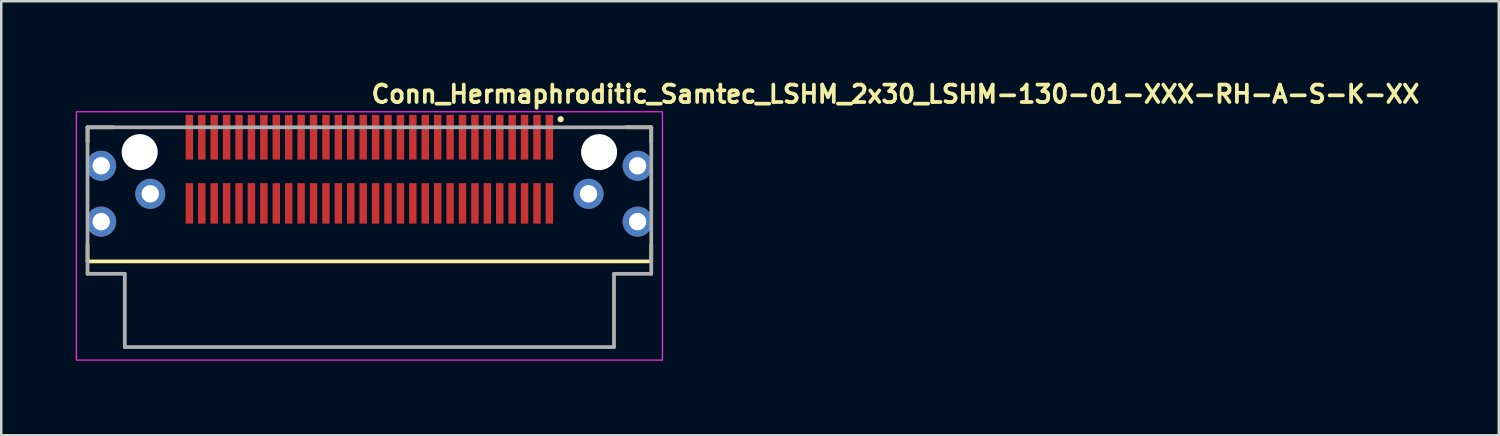
<source format=kicad_pcb>
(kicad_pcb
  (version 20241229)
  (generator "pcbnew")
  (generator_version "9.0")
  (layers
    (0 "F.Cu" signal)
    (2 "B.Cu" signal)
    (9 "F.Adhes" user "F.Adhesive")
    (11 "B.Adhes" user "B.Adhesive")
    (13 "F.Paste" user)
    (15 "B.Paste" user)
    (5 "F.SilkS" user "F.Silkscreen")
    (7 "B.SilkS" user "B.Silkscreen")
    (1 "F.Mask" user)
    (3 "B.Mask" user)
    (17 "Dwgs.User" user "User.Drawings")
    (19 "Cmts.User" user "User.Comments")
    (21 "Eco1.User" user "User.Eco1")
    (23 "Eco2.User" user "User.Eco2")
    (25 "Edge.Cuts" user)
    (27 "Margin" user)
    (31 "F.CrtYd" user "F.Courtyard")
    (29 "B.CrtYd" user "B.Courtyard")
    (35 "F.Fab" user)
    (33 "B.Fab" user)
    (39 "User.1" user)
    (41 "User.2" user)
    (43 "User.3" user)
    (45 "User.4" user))
  (footprint "Conn_Hermaphroditic_Samtec_LSHM_2x30_LSHM-130-01-XXX-RH-A-S-K-XX"
    (layer "F.Cu")
    (at 11.825 6.65)
    (property "Reference" "Conn_Hermaphroditic_Samtec_LSHM_2x30_LSHM-130-01-XXX-RH-A-S-K-XX" (at 0 -5.5 0) (layer "F.SilkS") (effects (font (size 0.7 0.7) (thickness 0.15)) (justify left bottom)))
    (attr smd)
    (fp_line (start -11.35 -4.574) (end -10.33 -4.574) (stroke (width 0.15) (type solid)) (layer "F.SilkS"))
    (fp_line (start -11.35 -3.975) (end -11.35 -4.574) (stroke (width 0.15) (type solid)) (layer "F.SilkS"))
    (fp_line (start -11.35 0.173) (end -11.35 0.825) (stroke (width 0.15) (type solid)) (layer "F.SilkS"))
    (fp_line (start -11.35 0.825) (end 11.349 0.825) (stroke (width 0.15) (type solid)) (layer "F.SilkS"))
    (fp_line (start 10.329 -4.574) (end 11.349 -4.574) (stroke (width 0.15) (type solid)) (layer "F.SilkS"))
    (fp_line (start 11.349 -4.574) (end 11.349 -3.975) (stroke (width 0.15) (type solid)) (layer "F.SilkS"))
    (fp_line (start 11.349 0.825) (end 11.349 0.173) (stroke (width 0.15) (type solid)) (layer "F.SilkS"))
    (fp_circle (center 7.7 -4.9) (end 7.75 -4.9) (stroke (width 0.15) (type solid)) (fill yes) (layer "F.SilkS"))
    (fp_circle (center -10.801 -0.775) (end -10.375 -0.775) (stroke (width 0.85) (type solid)) (fill no) (layer "F.Paste"))
    (fp_circle (center 10.8 -0.775) (end 11.224 -0.775) (stroke (width 0.85) (type solid)) (fill no) (layer "F.Paste"))
    (fp_poly (pts (xy -10.456 -3.802) (xy -10.48 -3.811) (xy -10.5 -3.818) (xy -10.52 -3.823) (xy -10.541 -3.83) (xy -10.561 -3.836) (xy -10.582 -3.841) (xy -10.602 -3.846) (xy -10.623 -3.85) (xy -10.644 -3.854) (xy -10.664 -3.857) (xy -10.686 -3.86) (xy -10.707 -3.862) (xy -10.728 -3.864) (xy -10.749 -3.866) (xy -10.77 -3.867) (xy -10.792 -3.867) (xy -10.813 -3.867) (xy -10.834 -3.867) (xy -10.855 -3.866) (xy -10.876 -3.865) (xy -10.897 -3.863) (xy -10.917 -3.86) (xy -10.94 -3.858) (xy -10.96 -3.854) (xy -10.981 -3.851) (xy -11.002 -3.847) (xy -11.023 -3.842) (xy -11.042 -3.837) (xy -11.064 -3.831) (xy -11.09 -3.823) (xy -11.132 -3.807) (xy -11.173 -3.787) (xy -11.212 -3.767) (xy -11.251 -3.745) (xy -11.288 -3.721) (xy -11.324 -3.694) (xy -11.358 -3.666) (xy -11.391 -3.636) (xy -11.422 -3.604) (xy -11.452 -3.571) (xy -11.478 -3.536) (xy -11.505 -3.5) (xy -11.529 -3.462) (xy -11.551 -3.424) (xy -11.571 -3.384) (xy -11.589 -3.343) (xy -11.603 -3.301) (xy -11.618 -3.259) (xy -11.629 -3.216) (xy -11.638 -3.172) (xy -11.644 -3.128) (xy -11.648 -3.084) (xy -11.65 -3.039) (xy -11.65 -2.995) (xy -11.647 -2.95) (xy -11.642 -2.906) (xy -11.635 -2.862) (xy -11.625 -2.819) (xy -11.613 -2.775) (xy -11.599 -2.734) (xy -11.583 -2.692) (xy -11.564 -2.652) (xy -11.544 -2.612) (xy -11.521 -2.574) (xy -11.497 -2.537) (xy -11.47 -2.501) (xy -11.442 -2.467) (xy -11.412 -2.434) (xy -11.38 -2.403) (xy -11.347 -2.373) (xy -11.312 -2.346) (xy -11.276 -2.32) (xy -11.238 -2.295) (xy -11.199 -2.274) (xy -11.16 -2.254) (xy -11.119 -2.236) (xy -11.077 -2.221) (xy -11.035 -2.207) (xy -10.992 -2.196) (xy -10.948 -2.187) (xy -10.904 -2.181) (xy -10.86 -2.177) (xy -10.815 -2.175) (xy -10.771 -2.175) (xy -10.726 -2.178) (xy -10.682 -2.183) (xy -10.638 -2.19) (xy -10.595 -2.2) (xy -10.552 -2.212) (xy -10.51 -2.226) (xy -10.489 -2.233) (xy -10.469 -2.242) (xy -10.449 -2.25) (xy -10.43 -2.259) (xy -10.41 -2.269) (xy -10.391 -2.279) (xy -10.372 -2.29) (xy -10.353 -2.302) (xy -10.335 -2.313) (xy -10.317 -2.326) (xy -10.299 -2.338) (xy -10.281 -2.351) (xy -10.264 -2.365) (xy -10.248 -2.379) (xy -10.231 -2.392) (xy -10.215 -2.408) (xy -10.199 -2.423) (xy -10.183 -2.439) (xy -10.17 -2.455) (xy -10.155 -2.471) (xy -10.141 -2.488) (xy -10.128 -2.505) (xy -10.114 -2.521) (xy -10.102 -2.54) (xy -10.09 -2.558) (xy -10.078 -2.576) (xy -10.067 -2.595) (xy -10.055 -2.614) (xy -10.045 -2.633) (xy -10.037 -2.65) (xy -10.456 -3.802)) (stroke (width 0.01) (type solid)) (fill yes) (layer "F.Paste"))
    (fp_poly (pts (xy -9.57 -2.306) (xy -9.581 -2.282) (xy -9.59 -2.263) (xy -9.598 -2.243) (xy -9.606 -2.224) (xy -9.613 -2.204) (xy -9.619 -2.184) (xy -9.626 -2.164) (xy -9.632 -2.142) (xy -9.638 -2.123) (xy -9.643 -2.102) (xy -9.648 -2.082) (xy -9.651 -2.061) (xy -9.656 -2.04) (xy -9.659 -2.019) (xy -9.662 -1.998) (xy -9.664 -1.977) (xy -9.666 -1.956) (xy -9.667 -1.935) (xy -9.667 -1.913) (xy -9.669 -1.891) (xy -9.669 -1.871) (xy -9.669 -1.85) (xy -9.667 -1.829) (xy -9.666 -1.807) (xy -9.664 -1.786) (xy -9.662 -1.764) (xy -9.659 -1.744) (xy -9.656 -1.723) (xy -9.651 -1.702) (xy -9.647 -1.675) (xy -9.634 -1.631) (xy -9.619 -1.59) (xy -9.602 -1.549) (xy -9.583 -1.508) (xy -9.562 -1.47) (xy -9.538 -1.432) (xy -9.513 -1.395) (xy -9.486 -1.36) (xy -9.457 -1.326) (xy -9.427 -1.293) (xy -9.394 -1.262) (xy -9.36 -1.234) (xy -9.325 -1.207) (xy -9.288 -1.182) (xy -9.25 -1.158) (xy -9.211 -1.137) (xy -9.171 -1.118) (xy -9.13 -1.101) (xy -9.087 -1.086) (xy -9.045 -1.073) (xy -9.002 -1.063) (xy -8.958 -1.055) (xy -8.914 -1.049) (xy -8.869 -1.046) (xy -8.825 -1.045) (xy -8.781 -1.046) (xy -8.737 -1.049) (xy -8.693 -1.055) (xy -8.648 -1.063) (xy -8.606 -1.073) (xy -8.563 -1.086) (xy -8.521 -1.101) (xy -8.48 -1.118) (xy -8.44 -1.137) (xy -8.401 -1.158) (xy -8.363 -1.182) (xy -8.326 -1.207) (xy -8.291 -1.234) (xy -8.257 -1.262) (xy -8.224 -1.293) (xy -8.194 -1.326) (xy -8.163 -1.36) (xy -8.138 -1.395) (xy -8.112 -1.432) (xy -8.089 -1.47) (xy -8.067 -1.508) (xy -8.048 -1.549) (xy -8.032 -1.59) (xy -8.016 -1.631) (xy -8.003 -1.675) (xy -7.994 -1.718) (xy -7.986 -1.762) (xy -7.98 -1.806) (xy -7.977 -1.85) (xy -7.976 -1.895) (xy -7.977 -1.939) (xy -7.98 -1.983) (xy -7.986 -2.027) (xy -7.994 -2.071) (xy -8.003 -2.114) (xy -8.01 -2.134) (xy -8.016 -2.156) (xy -8.022 -2.177) (xy -8.031 -2.197) (xy -8.038 -2.218) (xy -8.048 -2.238) (xy -8.057 -2.258) (xy -8.066 -2.277) (xy -8.077 -2.297) (xy -8.087 -2.316) (xy -8.098 -2.334) (xy -8.109 -2.353) (xy -8.122 -2.371) (xy -8.134 -2.388) (xy -8.147 -2.407) (xy -8.16 -2.424) (xy -8.173 -2.441) (xy -8.188 -2.457) (xy -8.203 -2.473) (xy -8.218 -2.489) (xy -8.233 -2.505) (xy -8.249 -2.52) (xy -8.265 -2.533) (xy -8.282 -2.548) (xy -8.299 -2.562) (xy -8.316 -2.575) (xy -8.334 -2.588) (xy -8.352 -2.601) (xy -8.369 -2.613) (xy -8.387 -2.623) (xy -9.57 -2.306)) (stroke (width 0.01) (type solid)) (fill yes) (layer "F.Paste"))
    (fp_poly (pts (xy 8.385 -2.623) (xy 8.364 -2.608) (xy 8.347 -2.596) (xy 8.33 -2.583) (xy 8.313 -2.57) (xy 8.297 -2.556) (xy 8.281 -2.541) (xy 8.265 -2.528) (xy 8.25 -2.513) (xy 8.235 -2.499) (xy 8.22 -2.483) (xy 8.206 -2.468) (xy 8.192 -2.452) (xy 8.178 -2.436) (xy 8.163 -2.419) (xy 8.151 -2.402) (xy 8.138 -2.384) (xy 8.127 -2.368) (xy 8.115 -2.35) (xy 8.103 -2.332) (xy 8.093 -2.314) (xy 8.082 -2.295) (xy 8.071 -2.277) (xy 8.061 -2.259) (xy 8.053 -2.239) (xy 8.044 -2.22) (xy 8.035 -2.201) (xy 8.026 -2.181) (xy 8.019 -2.161) (xy 8.012 -2.142) (xy 8.003 -2.114) (xy 7.993 -2.071) (xy 7.985 -2.027) (xy 7.979 -1.983) (xy 7.976 -1.939) (xy 7.974 -1.895) (xy 7.976 -1.85) (xy 7.979 -1.806) (xy 7.985 -1.762) (xy 7.993 -1.718) (xy 8.003 -1.675) (xy 8.016 -1.631) (xy 8.031 -1.59) (xy 8.048 -1.549) (xy 8.067 -1.508) (xy 8.087 -1.47) (xy 8.112 -1.432) (xy 8.137 -1.395) (xy 8.163 -1.36) (xy 8.193 -1.326) (xy 8.223 -1.293) (xy 8.256 -1.262) (xy 8.289 -1.234) (xy 8.325 -1.207) (xy 8.362 -1.182) (xy 8.4 -1.158) (xy 8.439 -1.137) (xy 8.478 -1.118) (xy 8.52 -1.101) (xy 8.562 -1.086) (xy 8.605 -1.073) (xy 8.648 -1.063) (xy 8.692 -1.055) (xy 8.736 -1.049) (xy 8.78 -1.046) (xy 8.824 -1.045) (xy 8.869 -1.046) (xy 8.913 -1.049) (xy 8.957 -1.055) (xy 9.001 -1.063) (xy 9.044 -1.073) (xy 9.087 -1.086) (xy 9.129 -1.101) (xy 9.17 -1.118) (xy 9.21 -1.137) (xy 9.249 -1.158) (xy 9.287 -1.182) (xy 9.324 -1.207) (xy 9.359 -1.234) (xy 9.393 -1.262) (xy 9.426 -1.293) (xy 9.456 -1.326) (xy 9.485 -1.36) (xy 9.512 -1.395) (xy 9.537 -1.432) (xy 9.561 -1.47) (xy 9.582 -1.508) (xy 9.601 -1.549) (xy 9.618 -1.59) (xy 9.632 -1.631) (xy 9.646 -1.675) (xy 9.651 -1.696) (xy 9.656 -1.717) (xy 9.66 -1.738) (xy 9.664 -1.76) (xy 9.667 -1.78) (xy 9.67 -1.803) (xy 9.672 -1.825) (xy 9.673 -1.846) (xy 9.674 -1.868) (xy 9.675 -1.889) (xy 9.674 -1.911) (xy 9.674 -1.934) (xy 9.672 -1.955) (xy 9.671 -1.977) (xy 9.667 -1.999) (xy 9.664 -2.02) (xy 9.662 -2.04) (xy 9.658 -2.063) (xy 9.653 -2.085) (xy 9.648 -2.106) (xy 9.642 -2.126) (xy 9.635 -2.148) (xy 9.629 -2.168) (xy 9.622 -2.189) (xy 9.614 -2.209) (xy 9.606 -2.229) (xy 9.597 -2.249) (xy 9.587 -2.269) (xy 9.578 -2.289) (xy 9.569 -2.306) (xy 8.385 -2.623)) (stroke (width 0.01) (type solid)) (fill yes) (layer "F.Paste"))
    (fp_poly (pts (xy 10.036 -2.65) (xy 10.048 -2.628) (xy 10.058 -2.61) (xy 10.071 -2.592) (xy 10.082 -2.574) (xy 10.094 -2.557) (xy 10.107 -2.54) (xy 10.119 -2.523) (xy 10.132 -2.505) (xy 10.146 -2.49) (xy 10.16 -2.474) (xy 10.175 -2.458) (xy 10.189 -2.443) (xy 10.204 -2.428) (xy 10.219 -2.412) (xy 10.235 -2.399) (xy 10.251 -2.384) (xy 10.267 -2.371) (xy 10.284 -2.358) (xy 10.3 -2.345) (xy 10.318 -2.332) (xy 10.335 -2.32) (xy 10.353 -2.308) (xy 10.369 -2.297) (xy 10.389 -2.286) (xy 10.407 -2.275) (xy 10.426 -2.265) (xy 10.444 -2.255) (xy 10.462 -2.246) (xy 10.483 -2.237) (xy 10.509 -2.226) (xy 10.551 -2.212) (xy 10.594 -2.2) (xy 10.637 -2.19) (xy 10.68 -2.183) (xy 10.725 -2.178) (xy 10.77 -2.175) (xy 10.814 -2.175) (xy 10.859 -2.177) (xy 10.903 -2.181) (xy 10.946 -2.187) (xy 10.991 -2.196) (xy 11.034 -2.207) (xy 11.076 -2.221) (xy 11.118 -2.236) (xy 11.159 -2.254) (xy 11.199 -2.274) (xy 11.237 -2.295) (xy 11.275 -2.32) (xy 11.311 -2.346) (xy 11.346 -2.373) (xy 11.379 -2.403) (xy 11.411 -2.434) (xy 11.441 -2.467) (xy 11.469 -2.501) (xy 11.496 -2.537) (xy 11.52 -2.574) (xy 11.542 -2.612) (xy 11.563 -2.652) (xy 11.582 -2.692) (xy 11.598 -2.734) (xy 11.612 -2.775) (xy 11.624 -2.819) (xy 11.634 -2.862) (xy 11.641 -2.906) (xy 11.646 -2.95) (xy 11.648 -2.995) (xy 11.648 -3.039) (xy 11.647 -3.084) (xy 11.643 -3.128) (xy 11.637 -3.172) (xy 11.628 -3.216) (xy 11.617 -3.259) (xy 11.603 -3.301) (xy 11.587 -3.343) (xy 11.57 -3.384) (xy 11.55 -3.424) (xy 11.528 -3.462) (xy 11.504 -3.5) (xy 11.478 -3.536) (xy 11.451 -3.571) (xy 11.421 -3.604) (xy 11.39 -3.636) (xy 11.356 -3.666) (xy 11.323 -3.694) (xy 11.287 -3.721) (xy 11.25 -3.745) (xy 11.212 -3.767) (xy 11.172 -3.787) (xy 11.132 -3.807) (xy 11.09 -3.823) (xy 11.07 -3.83) (xy 11.049 -3.837) (xy 11.028 -3.843) (xy 11.007 -3.849) (xy 10.986 -3.854) (xy 10.964 -3.858) (xy 10.943 -3.862) (xy 10.921 -3.866) (xy 10.9 -3.869) (xy 10.878 -3.871) (xy 10.856 -3.873) (xy 10.835 -3.874) (xy 10.813 -3.874) (xy 10.791 -3.875) (xy 10.769 -3.874) (xy 10.747 -3.873) (xy 10.726 -3.871) (xy 10.704 -3.869) (xy 10.682 -3.867) (xy 10.661 -3.863) (xy 10.639 -3.86) (xy 10.618 -3.855) (xy 10.597 -3.85) (xy 10.576 -3.845) (xy 10.555 -3.839) (xy 10.534 -3.831) (xy 10.513 -3.825) (xy 10.493 -3.818) (xy 10.473 -3.81) (xy 10.455 -3.802) (xy 10.036 -2.65)) (stroke (width 0.01) (type solid)) (fill yes) (layer "F.Paste"))
    (fp_rect (start -11.8 -5.2) (end 11.8 4.8) (stroke (width 0.05) (type solid)) (fill no) (layer "F.CrtYd"))
    (fp_line (start -11.35 -4.574) (end 11.349 -4.574) (stroke (width 0.15) (type solid)) (layer "F.Fab"))
    (fp_line (start -11.35 1.326) (end -11.35 -4.574) (stroke (width 0.15) (type solid)) (layer "F.Fab"))
    (fp_line (start -9.85 1.326) (end -11.35 1.326) (stroke (width 0.15) (type solid)) (layer "F.Fab"))
    (fp_line (start -9.85 4.275) (end -9.85 1.326) (stroke (width 0.15) (type solid)) (layer "F.Fab"))
    (fp_line (start 9.849 1.326) (end 9.849 4.275) (stroke (width 0.15) (type solid)) (layer "F.Fab"))
    (fp_line (start 9.849 4.275) (end -9.85 4.275) (stroke (width 0.15) (type solid)) (layer "F.Fab"))
    (fp_line (start 11.349 -4.574) (end 11.349 1.326) (stroke (width 0.15) (type solid)) (layer "F.Fab"))
    (fp_line (start 11.349 1.326) (end 9.849 1.326) (stroke (width 0.15) (type solid)) (layer "F.Fab"))
    (fp_rect (start -11.35 -4.424) (end 11.349 4.424) (stroke (width 0.1) (type solid)) (fill no) (layer "User.5"))
    (fp_line (start -11.35 -3.975) (end -11.35 1.326) (stroke (width 0.02) (type solid)) (layer "User.9"))
    (fp_line (start -11.35 1.326) (end -11.199 1.475) (stroke (width 0.02) (type solid)) (layer "User.9"))
    (fp_line (start -11.199 -4.125) (end -11.35 -3.975) (stroke (width 0.02) (type solid)) (layer "User.9"))
    (fp_line (start -11.199 1.475) (end -10.401 1.475) (stroke (width 0.02) (type solid)) (layer "User.9"))
    (fp_line (start -10.401 1.475) (end -10.25 1.326) (stroke (width 0.02) (type solid)) (layer "User.9"))
    (fp_line (start -10.358 2.031) (end -10.357 1.999) (stroke (width 0.02) (type solid)) (layer "User.9"))
    (fp_line (start -10.358 2.062) (end -10.358 2.031) (stroke (width 0.02) (type solid)) (layer "User.9"))
    (fp_line (start -10.358 2.092) (end -10.358 2.062) (stroke (width 0.02) (type solid)) (layer "User.9"))
    (fp_line (start -10.357 1.999) (end -10.355 1.967) (stroke (width 0.02) (type solid)) (layer "User.9"))
    (fp_line (start -10.357 2.124) (end -10.358 2.092) (stroke (width 0.02) (type solid)) (layer "User.9"))
    (fp_line (start -10.355 1.967) (end -10.352 1.936) (stroke (width 0.02) (type solid)) (layer "User.9"))
    (fp_line (start -10.353 2.156) (end -10.357 2.124) (stroke (width 0.02) (type solid)) (layer "User.9"))
    (fp_line (start -10.352 1.936) (end -10.348 1.905) (stroke (width 0.02) (type solid)) (layer "User.9"))
    (fp_line (start -10.351 2.187) (end -10.353 2.156) (stroke (width 0.02) (type solid)) (layer "User.9"))
    (fp_line (start -10.348 1.905) (end -10.344 1.874) (stroke (width 0.02) (type solid)) (layer "User.9"))
    (fp_line (start -10.347 2.219) (end -10.351 2.187) (stroke (width 0.02) (type solid)) (layer "User.9"))
    (fp_line (start -10.344 1.874) (end -10.337 1.843) (stroke (width 0.02) (type solid)) (layer "User.9"))
    (fp_line (start -10.337 1.843) (end -10.332 1.813) (stroke (width 0.02) (type solid)) (layer "User.9"))
    (fp_line (start -10.332 1.813) (end -10.324 1.782) (stroke (width 0.02) (type solid)) (layer "User.9"))
    (fp_line (start -10.324 1.782) (end -10.317 1.75) (stroke (width 0.02) (type solid)) (layer "User.9"))
    (fp_line (start -10.317 1.75) (end -10.308 1.722) (stroke (width 0.02) (type solid)) (layer "User.9"))
    (fp_line (start -10.308 1.722) (end -10.275 1.61) (stroke (width 0.02) (type solid)) (layer "User.9"))
    (fp_line (start -10.285 3.815) (end -10.155 3.576) (stroke (width 0.02) (type solid)) (layer "User.9"))
    (fp_line (start -10.275 1.61) (end -10.156 1.246) (stroke (width 0.02) (type solid)) (layer "User.9"))
    (fp_line (start -10.25 -0.874) (end -10.1 -0.874) (stroke (width 0.02) (type solid)) (layer "User.9"))
    (fp_line (start -10.25 -0.874) (end -10.1 -0.874) (stroke (width 0.02) (type solid)) (layer "User.9"))
    (fp_line (start -10.25 1.326) (end -10.25 -0.874) (stroke (width 0.02) (type solid)) (layer "User.9"))
    (fp_line (start -10.156 1.246) (end -10.1 1.076) (stroke (width 0.02) (type solid)) (layer "User.9"))
    (fp_line (start -10.155 3.576) (end -10.347 2.219) (stroke (width 0.02) (type solid)) (layer "User.9"))
    (fp_line (start -10.145 2.116) (end -10.144 2.089) (stroke (width 0.02) (type solid)) (layer "User.9"))
    (fp_line (start -10.144 2.06) (end -10.142 2.032) (stroke (width 0.02) (type solid)) (layer "User.9"))
    (fp_line (start -10.144 2.089) (end -10.144 2.06) (stroke (width 0.02) (type solid)) (layer "User.9"))
    (fp_line (start -10.144 2.145) (end -10.145 2.116) (stroke (width 0.02) (type solid)) (layer "User.9"))
    (fp_line (start -10.142 2.032) (end -10.14 2.004) (stroke (width 0.02) (type solid)) (layer "User.9"))
    (fp_line (start -10.142 2.172) (end -10.144 2.145) (stroke (width 0.02) (type solid)) (layer "User.9"))
    (fp_line (start -10.14 2.004) (end -10.135 1.977) (stroke (width 0.02) (type solid)) (layer "User.9"))
    (fp_line (start -10.14 2.201) (end -10.142 2.172) (stroke (width 0.02) (type solid)) (layer "User.9"))
    (fp_line (start -10.137 2.228) (end -10.14 2.201) (stroke (width 0.02) (type solid)) (layer "User.9"))
    (fp_line (start -10.135 1.977) (end -10.132 1.951) (stroke (width 0.02) (type solid)) (layer "User.9"))
    (fp_line (start -10.132 1.951) (end -10.128 1.922) (stroke (width 0.02) (type solid)) (layer "User.9"))
    (fp_line (start -10.132 2.257) (end -10.137 2.228) (stroke (width 0.02) (type solid)) (layer "User.9"))
    (fp_line (start -10.132 2.257) (end -10.1 2.469) (stroke (width 0.02) (type solid)) (layer "User.9"))
    (fp_line (start -10.128 1.922) (end -10.122 1.895) (stroke (width 0.02) (type solid)) (layer "User.9"))
    (fp_line (start -10.122 1.895) (end -10.116 1.867) (stroke (width 0.02) (type solid)) (layer "User.9"))
    (fp_line (start -10.116 1.867) (end -10.109 1.84) (stroke (width 0.02) (type solid)) (layer "User.9"))
    (fp_line (start -10.109 1.84) (end -10.101 1.812) (stroke (width 0.02) (type solid)) (layer "User.9"))
    (fp_line (start -10.109 3.911) (end -10.285 3.815) (stroke (width 0.02) (type solid)) (layer "User.9"))
    (fp_line (start -10.1 1.81) (end -10.101 1.812) (stroke (width 0.02) (type solid)) (layer "User.9"))
    (fp_line (start -10.1 3.826) (end -10.1 -0.874) (stroke (width 0.02) (type solid)) (layer "User.9"))
    (fp_line (start -10.064 3.826) (end -10.109 3.911) (stroke (width 0.02) (type solid)) (layer "User.9"))
    (fp_line (start -9.969 -0.874) (end -10.1 -0.874) (stroke (width 0.02) (type solid)) (layer "User.9"))
    (fp_line (start -9.969 -0.874) (end -9.969 -0.874) (stroke (width 0.02) (type solid)) (layer "User.9"))
    (fp_line (start -9.969 3.826) (end -10.1 3.826) (stroke (width 0.02) (type solid)) (layer "User.9"))
    (fp_line (start -9.969 3.826) (end -9.969 3.826) (stroke (width 0.02) (type solid)) (layer "User.9"))
    (fp_line (start -9.85 -4.125) (end -11.199 -4.125) (stroke (width 0.02) (type solid)) (layer "User.9"))
    (fp_line (start -9.85 -0.874) (end -9.85 -4.125) (stroke (width 0.02) (type solid)) (layer "User.9"))
    (fp_line (start -9.85 4.424) (end -9.85 3.826) (stroke (width 0.02) (type solid)) (layer "User.9"))
    (fp_line (start -9.651 -0.874) (end -9.969 -0.874) (stroke (width 0.02) (type solid)) (layer "User.9"))
    (fp_line (start -9.651 3.826) (end -9.969 3.826) (stroke (width 0.02) (type solid)) (layer "User.9"))
    (fp_line (start -9.45 -4.125) (end -9.85 -4.125) (stroke (width 0.02) (type solid)) (layer "User.9"))
    (fp_line (start -9.45 -0.874) (end -9.45 -4.125) (stroke (width 0.02) (type solid)) (layer "User.9"))
    (fp_line (start -9.45 4.424) (end -9.85 4.424) (stroke (width 0.02) (type solid)) (layer "User.9"))
    (fp_line (start -9.45 4.424) (end -9.45 3.826) (stroke (width 0.02) (type solid)) (layer "User.9"))
    (fp_line (start -8.6 -0.874) (end -9.651 -0.874) (stroke (width 0.02) (type solid)) (layer "User.9"))
    (fp_line (start -8.6 -0.874) (end -8.45 -0.724) (stroke (width 0.02) (type solid)) (layer "User.9"))
    (fp_line (start -8.45 -0.724) (end -8.45 0.786) (stroke (width 0.02) (type solid)) (layer "User.9"))
    (fp_line (start -8.45 0.786) (end -7.651 0.786) (stroke (width 0.02) (type solid)) (layer "User.9"))
    (fp_line (start -8.401 -0.874) (end -8.6 -0.874) (stroke (width 0.02) (type solid)) (layer "User.9"))
    (fp_line (start -8.401 -0.874) (end -8.401 0.524) (stroke (width 0.02) (type solid)) (layer "User.9"))
    (fp_line (start -8.401 0.524) (end -8.2 0.725) (stroke (width 0.02) (type solid)) (layer "User.9"))
    (fp_line (start -8.2 0.725) (end -7.901 0.725) (stroke (width 0.02) (type solid)) (layer "User.9"))
    (fp_line (start -8.163 -4.125) (end -9.45 -4.125) (stroke (width 0.02) (type solid)) (layer "User.9"))
    (fp_line (start -8.163 -4.125) (end -8.163 -0.874) (stroke (width 0.02) (type solid)) (layer "User.9"))
    (fp_line (start -7.901 0.725) (end -7.7 0.524) (stroke (width 0.02) (type solid)) (layer "User.9"))
    (fp_line (start -7.7 -0.874) (end -8.401 -0.874) (stroke (width 0.02) (type solid)) (layer "User.9"))
    (fp_line (start -7.7 0.524) (end -7.7 -0.874) (stroke (width 0.02) (type solid)) (layer "User.9"))
    (fp_line (start -7.651 0.125) (end -7.5 -0.025) (stroke (width 0.02) (type solid)) (layer "User.9"))
    (fp_line (start -7.651 0.786) (end -7.651 0.125) (stroke (width 0.02) (type solid)) (layer "User.9"))
    (fp_line (start -7.5 -0.025) (end -2.194 -0.025) (stroke (width 0.02) (type solid)) (layer "User.9"))
    (fp_line (start -7.349 -4.424) (end -7.349 -1.025) (stroke (width 0.02) (type solid)) (layer "User.9"))
    (fp_line (start -7.349 -4.125) (end -8.163 -4.125) (stroke (width 0.02) (type solid)) (layer "User.9"))
    (fp_line (start -7.349 -1.025) (end -7.349 -0.874) (stroke (width 0.02) (type solid)) (layer "User.9"))
    (fp_line (start -7.349 -0.874) (end -7.7 -0.874) (stroke (width 0.02) (type solid)) (layer "User.9"))
    (fp_line (start -7.349 -0.874) (end -7.349 -0.473) (stroke (width 0.02) (type solid)) (layer "User.9"))
    (fp_line (start -7.349 -0.575) (end -7.349 -0.473) (stroke (width 0.02) (type solid)) (layer "User.9"))
    (fp_line (start -7.349 -0.473) (end -7.151 -0.473) (stroke (width 0.02) (type solid)) (layer "User.9"))
    (fp_line (start -7.349 -0.473) (end -7.151 -0.473) (stroke (width 0.02) (type solid)) (layer "User.9"))
    (fp_line (start -7.151 -4.424) (end -7.349 -4.424) (stroke (width 0.02) (type solid)) (layer "User.9"))
    (fp_line (start -7.151 -4.424) (end -7.151 -1.025) (stroke (width 0.02) (type solid)) (layer "User.9"))
    (fp_line (start -7.151 -1.025) (end -7.349 -1.025) (stroke (width 0.02) (type solid)) (layer "User.9"))
    (fp_line (start -7.151 -1.025) (end -7.151 -0.874) (stroke (width 0.02) (type solid)) (layer "User.9"))
    (fp_line (start -7.151 -0.575) (end -7.349 -0.575) (stroke (width 0.02) (type solid)) (layer "User.9"))
    (fp_line (start -7.151 -0.473) (end -7.151 -0.874) (stroke (width 0.02) (type solid)) (layer "User.9"))
    (fp_line (start -7 4.424) (end -9.45 4.424) (stroke (width 0.02) (type solid)) (layer "User.9"))
    (fp_line (start -7 4.424) (end -7 3.826) (stroke (width 0.02) (type solid)) (layer "User.9"))
    (fp_line (start -7 4.424) (end -5.5 4.424) (stroke (width 0.02) (type solid)) (layer "User.9"))
    (fp_line (start -6.849 -4.125) (end -7.151 -4.125) (stroke (width 0.02) (type solid)) (layer "User.9"))
    (fp_line (start -6.849 -1.025) (end -6.849 -4.424) (stroke (width 0.02) (type solid)) (layer "User.9"))
    (fp_line (start -6.849 -0.874) (end -7.151 -0.874) (stroke (width 0.02) (type solid)) (layer "User.9"))
    (fp_line (start -6.849 -0.874) (end -6.849 -1.025) (stroke (width 0.02) (type solid)) (layer "User.9"))
    (fp_line (start -6.849 -0.874) (end -6.849 -0.473) (stroke (width 0.02) (type solid)) (layer "User.9"))
    (fp_line (start -6.849 -0.473) (end -6.651 -0.473) (stroke (width 0.02) (type solid)) (layer "User.9"))
    (fp_line (start -6.849 -0.473) (end -6.651 -0.473) (stroke (width 0.02) (type solid)) (layer "User.9"))
    (fp_line (start -6.651 -4.424) (end -6.849 -4.424) (stroke (width 0.02) (type solid)) (layer "User.9"))
    (fp_line (start -6.651 -4.424) (end -6.651 -1.025) (stroke (width 0.02) (type solid)) (layer "User.9"))
    (fp_line (start -6.651 -1.025) (end -6.849 -1.025) (stroke (width 0.02) (type solid)) (layer "User.9"))
    (fp_line (start -6.651 -1.025) (end -6.651 -0.874) (stroke (width 0.02) (type solid)) (layer "User.9"))
    (fp_line (start -6.651 -0.575) (end -6.849 -0.575) (stroke (width 0.02) (type solid)) (layer "User.9"))
    (fp_line (start -6.651 -0.473) (end -6.651 -0.874) (stroke (width 0.02) (type solid)) (layer "User.9"))
    (fp_line (start -6.349 -4.125) (end -6.651 -4.125) (stroke (width 0.02) (type solid)) (layer "User.9"))
    (fp_line (start -6.349 -1.025) (end -6.349 -4.424) (stroke (width 0.02) (type solid)) (layer "User.9"))
    (fp_line (start -6.349 -0.874) (end -6.651 -0.874) (stroke (width 0.02) (type solid)) (layer "User.9"))
    (fp_line (start -6.349 -0.874) (end -6.349 -1.025) (stroke (width 0.02) (type solid)) (layer "User.9"))
    (fp_line (start -6.349 -0.874) (end -6.349 -0.473) (stroke (width 0.02) (type solid)) (layer "User.9"))
    (fp_line (start -6.349 -0.473) (end -6.151 -0.473) (stroke (width 0.02) (type solid)) (layer "User.9"))
    (fp_line (start -6.349 -0.473) (end -6.151 -0.473) (stroke (width 0.02) (type solid)) (layer "User.9"))
    (fp_line (start -6.151 -4.424) (end -6.349 -4.424) (stroke (width 0.02) (type solid)) (layer "User.9"))
    (fp_line (start -6.151 -4.424) (end -6.151 -1.025) (stroke (width 0.02) (type solid)) (layer "User.9"))
    (fp_line (start -6.151 -1.025) (end -6.349 -1.025) (stroke (width 0.02) (type solid)) (layer "User.9"))
    (fp_line (start -6.151 -1.025) (end -6.151 -0.874) (stroke (width 0.02) (type solid)) (layer "User.9"))
    (fp_line (start -6.151 -0.575) (end -6.349 -0.575) (stroke (width 0.02) (type solid)) (layer "User.9"))
    (fp_line (start -6.151 -0.473) (end -6.151 -0.874) (stroke (width 0.02) (type solid)) (layer "User.9"))
    (fp_line (start -5.849 -4.125) (end -6.151 -4.125) (stroke (width 0.02) (type solid)) (layer "User.9"))
    (fp_line (start -5.849 -1.025) (end -5.849 -4.424) (stroke (width 0.02) (type solid)) (layer "User.9"))
    (fp_line (start -5.849 -0.874) (end -6.151 -0.874) (stroke (width 0.02) (type solid)) (layer "User.9"))
    (fp_line (start -5.849 -0.874) (end -5.849 -1.025) (stroke (width 0.02) (type solid)) (layer "User.9"))
    (fp_line (start -5.849 -0.874) (end -5.849 -0.473) (stroke (width 0.02) (type solid)) (layer "User.9"))
    (fp_line (start -5.849 -0.473) (end -5.651 -0.473) (stroke (width 0.02) (type solid)) (layer "User.9"))
    (fp_line (start -5.849 -0.473) (end -5.651 -0.473) (stroke (width 0.02) (type solid)) (layer "User.9"))
    (fp_line (start -5.651 -4.424) (end -5.849 -4.424) (stroke (width 0.02) (type solid)) (layer "User.9"))
    (fp_line (start -5.651 -4.424) (end -5.651 -1.025) (stroke (width 0.02) (type solid)) (layer "User.9"))
    (fp_line (start -5.651 -1.025) (end -5.849 -1.025) (stroke (width 0.02) (type solid)) (layer "User.9"))
    (fp_line (start -5.651 -1.025) (end -5.651 -0.874) (stroke (width 0.02) (type solid)) (layer "User.9"))
    (fp_line (start -5.651 -0.575) (end -5.849 -0.575) (stroke (width 0.02) (type solid)) (layer "User.9"))
    (fp_line (start -5.651 -0.473) (end -5.651 -0.874) (stroke (width 0.02) (type solid)) (layer "User.9"))
    (fp_line (start -5.5 3.826) (end -5.5 4.424) (stroke (width 0.02) (type solid)) (layer "User.9"))
    (fp_line (start -5.349 -4.125) (end -5.651 -4.125) (stroke (width 0.02) (type solid)) (layer "User.9"))
    (fp_line (start -5.349 -1.025) (end -5.349 -4.424) (stroke (width 0.02) (type solid)) (layer "User.9"))
    (fp_line (start -5.349 -0.874) (end -5.651 -0.874) (stroke (width 0.02) (type solid)) (layer "User.9"))
    (fp_line (start -5.349 -0.874) (end -5.349 -1.025) (stroke (width 0.02) (type solid)) (layer "User.9"))
    (fp_line (start -5.349 -0.874) (end -5.349 -0.473) (stroke (width 0.02) (type solid)) (layer "User.9"))
    (fp_line (start -5.349 -0.473) (end -5.151 -0.473) (stroke (width 0.02) (type solid)) (layer "User.9"))
    (fp_line (start -5.349 -0.473) (end -5.151 -0.473) (stroke (width 0.02) (type solid)) (layer "User.9"))
    (fp_line (start -5.151 -4.424) (end -5.349 -4.424) (stroke (width 0.02) (type solid)) (layer "User.9"))
    (fp_line (start -5.151 -4.424) (end -5.151 -1.025) (stroke (width 0.02) (type solid)) (layer "User.9"))
    (fp_line (start -5.151 -1.025) (end -5.349 -1.025) (stroke (width 0.02) (type solid)) (layer "User.9"))
    (fp_line (start -5.151 -1.025) (end -5.151 -0.874) (stroke (width 0.02) (type solid)) (layer "User.9"))
    (fp_line (start -5.151 -0.575) (end -5.349 -0.575) (stroke (width 0.02) (type solid)) (layer "User.9"))
    (fp_line (start -5.151 -0.473) (end -5.151 -0.874) (stroke (width 0.02) (type solid)) (layer "User.9"))
    (fp_line (start -4.849 -4.125) (end -5.151 -4.125) (stroke (width 0.02) (type solid)) (layer "User.9"))
    (fp_line (start -4.849 -1.025) (end -4.849 -4.424) (stroke (width 0.02) (type solid)) (layer "User.9"))
    (fp_line (start -4.849 -0.874) (end -5.151 -0.874) (stroke (width 0.02) (type solid)) (layer "User.9"))
    (fp_line (start -4.849 -0.874) (end -4.849 -1.025) (stroke (width 0.02) (type solid)) (layer "User.9"))
    (fp_line (start -4.849 -0.874) (end -4.849 -0.473) (stroke (width 0.02) (type solid)) (layer "User.9"))
    (fp_line (start -4.849 -0.473) (end -4.651 -0.473) (stroke (width 0.02) (type solid)) (layer "User.9"))
    (fp_line (start -4.849 -0.473) (end -4.651 -0.473) (stroke (width 0.02) (type solid)) (layer "User.9"))
    (fp_line (start -4.651 -4.424) (end -4.849 -4.424) (stroke (width 0.02) (type solid)) (layer "User.9"))
    (fp_line (start -4.651 -4.424) (end -4.651 -1.025) (stroke (width 0.02) (type solid)) (layer "User.9"))
    (fp_line (start -4.651 -1.025) (end -4.849 -1.025) (stroke (width 0.02) (type solid)) (layer "User.9"))
    (fp_line (start -4.651 -1.025) (end -4.651 -0.874) (stroke (width 0.02) (type solid)) (layer "User.9"))
    (fp_line (start -4.651 -0.575) (end -4.849 -0.575) (stroke (width 0.02) (type solid)) (layer "User.9"))
    (fp_line (start -4.651 -0.473) (end -4.651 -0.874) (stroke (width 0.02) (type solid)) (layer "User.9"))
    (fp_line (start -4.5 4.424) (end -5.5 4.424) (stroke (width 0.02) (type solid)) (layer "User.9"))
    (fp_line (start -4.5 4.424) (end -4.5 3.826) (stroke (width 0.02) (type solid)) (layer "User.9"))
    (fp_line (start -4.5 4.424) (end -3 4.424) (stroke (width 0.02) (type solid)) (layer "User.9"))
    (fp_line (start -4.35 -4.125) (end -4.651 -4.125) (stroke (width 0.02) (type solid)) (layer "User.9"))
    (fp_line (start -4.35 -1.025) (end -4.35 -4.424) (stroke (width 0.02) (type solid)) (layer "User.9"))
    (fp_line (start -4.35 -0.874) (end -4.651 -0.874) (stroke (width 0.02) (type solid)) (layer "User.9"))
    (fp_line (start -4.35 -0.874) (end -4.35 -1.025) (stroke (width 0.02) (type solid)) (layer "User.9"))
    (fp_line (start -4.35 -0.874) (end -4.35 -0.473) (stroke (width 0.02) (type solid)) (layer "User.9"))
    (fp_line (start -4.35 -0.473) (end -4.151 -0.473) (stroke (width 0.02) (type solid)) (layer "User.9"))
    (fp_line (start -4.35 -0.473) (end -4.151 -0.473) (stroke (width 0.02) (type solid)) (layer "User.9"))
    (fp_line (start -4.151 -4.424) (end -4.35 -4.424) (stroke (width 0.02) (type solid)) (layer "User.9"))
    (fp_line (start -4.151 -4.424) (end -4.151 -1.025) (stroke (width 0.02) (type solid)) (layer "User.9"))
    (fp_line (start -4.151 -1.025) (end -4.35 -1.025) (stroke (width 0.02) (type solid)) (layer "User.9"))
    (fp_line (start -4.151 -1.025) (end -4.151 -0.874) (stroke (width 0.02) (type solid)) (layer "User.9"))
    (fp_line (start -4.151 -0.575) (end -4.35 -0.575) (stroke (width 0.02) (type solid)) (layer "User.9"))
    (fp_line (start -4.151 -0.473) (end -4.151 -0.874) (stroke (width 0.02) (type solid)) (layer "User.9"))
    (fp_line (start -3.851 -4.125) (end -4.151 -4.125) (stroke (width 0.02) (type solid)) (layer "User.9"))
    (fp_line (start -3.851 -1.025) (end -3.851 -4.424) (stroke (width 0.02) (type solid)) (layer "User.9"))
    (fp_line (start -3.851 -0.874) (end -4.151 -0.874) (stroke (width 0.02) (type solid)) (layer "User.9"))
    (fp_line (start -3.851 -0.874) (end -3.851 -1.025) (stroke (width 0.02) (type solid)) (layer "User.9"))
    (fp_line (start -3.851 -0.874) (end -3.851 -0.473) (stroke (width 0.02) (type solid)) (layer "User.9"))
    (fp_line (start -3.851 -0.473) (end -3.65 -0.473) (stroke (width 0.02) (type solid)) (layer "User.9"))
    (fp_line (start -3.851 -0.473) (end -3.65 -0.473) (stroke (width 0.02) (type solid)) (layer "User.9"))
    (fp_line (start -3.65 -4.424) (end -3.851 -4.424) (stroke (width 0.02) (type solid)) (layer "User.9"))
    (fp_line (start -3.65 -4.424) (end -3.65 -1.025) (stroke (width 0.02) (type solid)) (layer "User.9"))
    (fp_line (start -3.65 -1.025) (end -3.851 -1.025) (stroke (width 0.02) (type solid)) (layer "User.9"))
    (fp_line (start -3.65 -1.025) (end -3.65 -0.874) (stroke (width 0.02) (type solid)) (layer "User.9"))
    (fp_line (start -3.65 -0.575) (end -3.851 -0.575) (stroke (width 0.02) (type solid)) (layer "User.9"))
    (fp_line (start -3.65 -0.473) (end -3.65 -0.874) (stroke (width 0.02) (type solid)) (layer "User.9"))
    (fp_line (start -3.351 -4.125) (end -3.65 -4.125) (stroke (width 0.02) (type solid)) (layer "User.9"))
    (fp_line (start -3.351 -1.025) (end -3.351 -4.424) (stroke (width 0.02) (type solid)) (layer "User.9"))
    (fp_line (start -3.351 -0.874) (end -3.65 -0.874) (stroke (width 0.02) (type solid)) (layer "User.9"))
    (fp_line (start -3.351 -0.874) (end -3.351 -1.025) (stroke (width 0.02) (type solid)) (layer "User.9"))
    (fp_line (start -3.351 -0.874) (end -3.351 -0.473) (stroke (width 0.02) (type solid)) (layer "User.9"))
    (fp_line (start -3.351 -0.473) (end -3.15 -0.473) (stroke (width 0.02) (type solid)) (layer "User.9"))
    (fp_line (start -3.351 -0.473) (end -3.15 -0.473) (stroke (width 0.02) (type solid)) (layer "User.9"))
    (fp_line (start -3.15 -4.424) (end -3.351 -4.424) (stroke (width 0.02) (type solid)) (layer "User.9"))
    (fp_line (start -3.15 -4.424) (end -3.15 -1.025) (stroke (width 0.02) (type solid)) (layer "User.9"))
    (fp_line (start -3.15 -1.025) (end -3.351 -1.025) (stroke (width 0.02) (type solid)) (layer "User.9"))
    (fp_line (start -3.15 -1.025) (end -3.15 -0.874) (stroke (width 0.02) (type solid)) (layer "User.9"))
    (fp_line (start -3.15 -0.575) (end -3.351 -0.575) (stroke (width 0.02) (type solid)) (layer "User.9"))
    (fp_line (start -3.15 -0.473) (end -3.15 -0.874) (stroke (width 0.02) (type solid)) (layer "User.9"))
    (fp_line (start -3.049 3.826) (end -9.651 3.826) (stroke (width 0.02) (type solid)) (layer "User.9"))
    (fp_line (start -3.049 3.826) (end -3.049 3.275) (stroke (width 0.02) (type solid)) (layer "User.9"))
    (fp_line (start -3 3.275) (end -3 3.326) (stroke (width 0.02) (type solid)) (layer "User.9"))
    (fp_line (start -3 3.326) (end -3 3.613) (stroke (width 0.02) (type solid)) (layer "User.9"))
    (fp_line (start -3 3.613) (end -3 3.876) (stroke (width 0.02) (type solid)) (layer "User.9"))
    (fp_line (start -3 3.876) (end -3 4.424) (stroke (width 0.02) (type solid)) (layer "User.9"))
    (fp_line (start -2.851 -4.125) (end -3.15 -4.125) (stroke (width 0.02) (type solid)) (layer "User.9"))
    (fp_line (start -2.851 -1.025) (end -2.851 -4.424) (stroke (width 0.02) (type solid)) (layer "User.9"))
    (fp_line (start -2.851 -0.874) (end -3.15 -0.874) (stroke (width 0.02) (type solid)) (layer "User.9"))
    (fp_line (start -2.851 -0.874) (end -2.851 -1.025) (stroke (width 0.02) (type solid)) (layer "User.9"))
    (fp_line (start -2.851 -0.874) (end -2.851 -0.473) (stroke (width 0.02) (type solid)) (layer "User.9"))
    (fp_line (start -2.851 -0.473) (end -2.65 -0.473) (stroke (width 0.02) (type solid)) (layer "User.9"))
    (fp_line (start -2.851 -0.473) (end -2.65 -0.473) (stroke (width 0.02) (type solid)) (layer "User.9"))
    (fp_line (start -2.65 -4.424) (end -2.851 -4.424) (stroke (width 0.02) (type solid)) (layer "User.9"))
    (fp_line (start -2.65 -4.424) (end -2.65 -1.025) (stroke (width 0.02) (type solid)) (layer "User.9"))
    (fp_line (start -2.65 -1.025) (end -2.851 -1.025) (stroke (width 0.02) (type solid)) (layer "User.9"))
    (fp_line (start -2.65 -1.025) (end -2.65 -0.874) (stroke (width 0.02) (type solid)) (layer "User.9"))
    (fp_line (start -2.65 -0.575) (end -2.851 -0.575) (stroke (width 0.02) (type solid)) (layer "User.9"))
    (fp_line (start -2.65 -0.473) (end -2.65 -0.874) (stroke (width 0.02) (type solid)) (layer "User.9"))
    (fp_line (start -2.351 -4.125) (end -2.65 -4.125) (stroke (width 0.02) (type solid)) (layer "User.9"))
    (fp_line (start -2.351 -1.025) (end -2.351 -4.424) (stroke (width 0.02) (type solid)) (layer "User.9"))
    (fp_line (start -2.351 -0.874) (end -2.65 -0.874) (stroke (width 0.02) (type solid)) (layer "User.9"))
    (fp_line (start -2.351 -0.874) (end -2.351 -1.025) (stroke (width 0.02) (type solid)) (layer "User.9"))
    (fp_line (start -2.351 -0.874) (end -2.351 -0.473) (stroke (width 0.02) (type solid)) (layer "User.9"))
    (fp_line (start -2.351 -0.473) (end -2.15 -0.473) (stroke (width 0.02) (type solid)) (layer "User.9"))
    (fp_line (start -2.351 -0.473) (end -2.15 -0.473) (stroke (width 0.02) (type solid)) (layer "User.9"))
    (fp_line (start -2.25 0.474) (end -2.25 0.474) (stroke (width 0.02) (type solid)) (layer "User.9"))
    (fp_line (start -2.25 0.474) (end -2.248 0.59) (stroke (width 0.02) (type solid)) (layer "User.9"))
    (fp_line (start -2.248 0.359) (end -2.25 0.474) (stroke (width 0.02) (type solid)) (layer "User.9"))
    (fp_line (start -2.248 0.59) (end -2.239 0.706) (stroke (width 0.02) (type solid)) (layer "User.9"))
    (fp_line (start -2.239 0.244) (end -2.248 0.359) (stroke (width 0.02) (type solid)) (layer "User.9"))
    (fp_line (start -2.239 0.706) (end -2.225 0.817) (stroke (width 0.02) (type solid)) (layer "User.9"))
    (fp_line (start -2.225 0.132) (end -2.239 0.244) (stroke (width 0.02) (type solid)) (layer "User.9"))
    (fp_line (start -2.225 0.817) (end -2.205 0.928) (stroke (width 0.02) (type solid)) (layer "User.9"))
    (fp_line (start -2.205 0.021) (end -2.225 0.132) (stroke (width 0.02) (type solid)) (layer "User.9"))
    (fp_line (start -2.205 0.928) (end -2.18 1.037) (stroke (width 0.02) (type solid)) (layer "User.9"))
    (fp_line (start -2.18 -0.086) (end -2.205 0.021) (stroke (width 0.02) (type solid)) (layer "User.9"))
    (fp_line (start -2.18 1.037) (end -2.149 1.145) (stroke (width 0.02) (type solid)) (layer "User.9"))
    (fp_line (start -2.15 -4.424) (end -2.351 -4.424) (stroke (width 0.02) (type solid)) (layer "User.9"))
    (fp_line (start -2.15 -4.424) (end -2.15 -1.025) (stroke (width 0.02) (type solid)) (layer "User.9"))
    (fp_line (start -2.15 -1.025) (end -2.351 -1.025) (stroke (width 0.02) (type solid)) (layer "User.9"))
    (fp_line (start -2.15 -1.025) (end -2.15 -0.874) (stroke (width 0.02) (type solid)) (layer "User.9"))
    (fp_line (start -2.15 -0.575) (end -2.351 -0.575) (stroke (width 0.02) (type solid)) (layer "User.9"))
    (fp_line (start -2.15 -0.473) (end -2.15 -0.874) (stroke (width 0.02) (type solid)) (layer "User.9"))
    (fp_line (start -2.149 -0.194) (end -2.18 -0.086) (stroke (width 0.02) (type solid)) (layer "User.9"))
    (fp_line (start -2.149 1.145) (end -2.114 1.249) (stroke (width 0.02) (type solid)) (layer "User.9"))
    (fp_line (start -2.114 -0.298) (end -2.149 -0.194) (stroke (width 0.02) (type solid)) (layer "User.9"))
    (fp_line (start -2.114 1.249) (end -2.074 1.35) (stroke (width 0.02) (type solid)) (layer "User.9"))
    (fp_line (start -2.074 -0.4) (end -2.114 -0.298) (stroke (width 0.02) (type solid)) (layer "User.9"))
    (fp_line (start -2.074 1.35) (end -2.028 1.451) (stroke (width 0.02) (type solid)) (layer "User.9"))
    (fp_line (start -2.028 -0.5) (end -2.074 -0.4) (stroke (width 0.02) (type solid)) (layer "User.9"))
    (fp_line (start -2.028 1.451) (end -1.979 1.547) (stroke (width 0.02) (type solid)) (layer "User.9"))
    (fp_line (start -2 3.326) (end -3 3.326) (stroke (width 0.02) (type solid)) (layer "User.9"))
    (fp_line (start -2 3.326) (end -2 3.275) (stroke (width 0.02) (type solid)) (layer "User.9"))
    (fp_line (start -2 3.326) (end -2 3.613) (stroke (width 0.02) (type solid)) (layer "User.9"))
    (fp_line (start -2 3.613) (end -3 3.613) (stroke (width 0.02) (type solid)) (layer "User.9"))
    (fp_line (start -2 3.613) (end -2 3.876) (stroke (width 0.02) (type solid)) (layer "User.9"))
    (fp_line (start -2 3.876) (end -3 3.876) (stroke (width 0.02) (type solid)) (layer "User.9"))
    (fp_line (start -2 4.424) (end -3 4.424) (stroke (width 0.02) (type solid)) (layer "User.9"))
    (fp_line (start -2 4.424) (end -2 3.876) (stroke (width 0.02) (type solid)) (layer "User.9"))
    (fp_line (start -2 4.424) (end -0.5 4.424) (stroke (width 0.02) (type solid)) (layer "User.9"))
    (fp_line (start -1.979 -0.597) (end -2.028 -0.5) (stroke (width 0.02) (type solid)) (layer "User.9"))
    (fp_line (start -1.979 1.547) (end -1.925 1.641) (stroke (width 0.02) (type solid)) (layer "User.9"))
    (fp_line (start -1.95 3.275) (end -3.049 3.275) (stroke (width 0.02) (type solid)) (layer "User.9"))
    (fp_line (start -1.95 3.275) (end -1.95 3.826) (stroke (width 0.02) (type solid)) (layer "User.9"))
    (fp_line (start -1.925 -0.69) (end -1.979 -0.597) (stroke (width 0.02) (type solid)) (layer "User.9"))
    (fp_line (start -1.925 1.641) (end -1.866 1.733) (stroke (width 0.02) (type solid)) (layer "User.9"))
    (fp_line (start -1.866 -0.782) (end -1.925 -0.69) (stroke (width 0.02) (type solid)) (layer "User.9"))
    (fp_line (start -1.866 1.733) (end -1.804 1.821) (stroke (width 0.02) (type solid)) (layer "User.9"))
    (fp_line (start -1.851 -4.125) (end -2.15 -4.125) (stroke (width 0.02) (type solid)) (layer "User.9"))
    (fp_line (start -1.851 -1.025) (end -1.851 -4.424) (stroke (width 0.02) (type solid)) (layer "User.9"))
    (fp_line (start -1.851 -0.874) (end -2.15 -0.874) (stroke (width 0.02) (type solid)) (layer "User.9"))
    (fp_line (start -1.851 -0.874) (end -1.851 -1.025) (stroke (width 0.02) (type solid)) (layer "User.9"))
    (fp_line (start -1.851 -0.874) (end -1.851 -0.805) (stroke (width 0.02) (type solid)) (layer "User.9"))
    (fp_line (start -1.804 -0.871) (end -1.866 -0.782) (stroke (width 0.02) (type solid)) (layer "User.9"))
    (fp_line (start -1.804 1.821) (end -1.737 1.905) (stroke (width 0.02) (type solid)) (layer "User.9"))
    (fp_line (start -1.737 -0.955) (end -1.804 -0.871) (stroke (width 0.02) (type solid)) (layer "User.9"))
    (fp_line (start -1.737 1.905) (end -1.666 1.988) (stroke (width 0.02) (type solid)) (layer "User.9"))
    (fp_line (start -1.678 -1.025) (end -1.851 -1.025) (stroke (width 0.02) (type solid)) (layer "User.9"))
    (fp_line (start -1.666 -1.037) (end -1.737 -0.955) (stroke (width 0.02) (type solid)) (layer "User.9"))
    (fp_line (start -1.666 1.988) (end -1.591 2.065) (stroke (width 0.02) (type solid)) (layer "User.9"))
    (fp_line (start -1.649 -4.424) (end -1.851 -4.424) (stroke (width 0.02) (type solid)) (layer "User.9"))
    (fp_line (start -1.649 -4.424) (end -1.649 -1.054) (stroke (width 0.02) (type solid)) (layer "User.9"))
    (fp_line (start -1.591 -1.115) (end -1.666 -1.037) (stroke (width 0.02) (type solid)) (layer "User.9"))
    (fp_line (start -1.591 2.065) (end -1.512 2.14) (stroke (width 0.02) (type solid)) (layer "User.9"))
    (fp_line (start -1.512 -1.19) (end -1.591 -1.115) (stroke (width 0.02) (type solid)) (layer "User.9"))
    (fp_line (start -1.512 2.14) (end -1.432 2.211) (stroke (width 0.02) (type solid)) (layer "User.9"))
    (fp_line (start -1.432 -1.26) (end -1.512 -1.19) (stroke (width 0.02) (type solid)) (layer "User.9"))
    (fp_line (start -1.432 2.211) (end -1.347 2.278) (stroke (width 0.02) (type solid)) (layer "User.9"))
    (fp_line (start -1.351 -4.125) (end -1.649 -4.125) (stroke (width 0.02) (type solid)) (layer "User.9"))
    (fp_line (start -1.351 -1.325) (end -1.351 -4.424) (stroke (width 0.02) (type solid)) (layer "User.9"))
    (fp_line (start -1.347 -1.328) (end -1.432 -1.26) (stroke (width 0.02) (type solid)) (layer "User.9"))
    (fp_line (start -1.347 2.278) (end -1.258 2.34) (stroke (width 0.02) (type solid)) (layer "User.9"))
    (fp_line (start -1.258 -1.389) (end -1.347 -1.328) (stroke (width 0.02) (type solid)) (layer "User.9"))
    (fp_line (start -1.258 2.34) (end -1.167 2.4) (stroke (width 0.02) (type solid)) (layer "User.9"))
    (fp_line (start -1.167 -1.449) (end -1.258 -1.389) (stroke (width 0.02) (type solid)) (layer "User.9"))
    (fp_line (start -1.167 2.4) (end -1.073 2.453) (stroke (width 0.02) (type solid)) (layer "User.9"))
    (fp_line (start -1.15 -4.424) (end -1.351 -4.424) (stroke (width 0.02) (type solid)) (layer "User.9"))
    (fp_line (start -1.15 -4.424) (end -1.15 -1.458) (stroke (width 0.02) (type solid)) (layer "User.9"))
    (fp_line (start -1.073 -1.502) (end -1.167 -1.449) (stroke (width 0.02) (type solid)) (layer "User.9"))
    (fp_line (start -1.073 2.453) (end -0.976 2.504) (stroke (width 0.02) (type solid)) (layer "User.9"))
    (fp_line (start -0.976 -1.553) (end -1.073 -1.502) (stroke (width 0.02) (type solid)) (layer "User.9"))
    (fp_line (start -0.976 2.504) (end -0.876 2.549) (stroke (width 0.02) (type solid)) (layer "User.9"))
    (fp_line (start -0.876 -1.598) (end -0.976 -1.553) (stroke (width 0.02) (type solid)) (layer "User.9"))
    (fp_line (start -0.876 2.549) (end -0.774 2.589) (stroke (width 0.02) (type solid)) (layer "User.9"))
    (fp_line (start -0.85 -4.125) (end -1.15 -4.125) (stroke (width 0.02) (type solid)) (layer "User.9"))
    (fp_line (start -0.85 -1.608) (end -0.85 -4.424) (stroke (width 0.02) (type solid)) (layer "User.9"))
    (fp_line (start -0.774 -1.637) (end -0.876 -1.598) (stroke (width 0.02) (type solid)) (layer "User.9"))
    (fp_line (start -0.774 2.589) (end -0.67 2.624) (stroke (width 0.02) (type solid)) (layer "User.9"))
    (fp_line (start -0.67 -1.673) (end -0.774 -1.637) (stroke (width 0.02) (type solid)) (layer "User.9"))
    (fp_line (start -0.67 2.624) (end -0.562 2.654) (stroke (width 0.02) (type solid)) (layer "User.9"))
    (fp_line (start -0.651 -4.424) (end -0.85 -4.424) (stroke (width 0.02) (type solid)) (layer "User.9"))
    (fp_line (start -0.651 -4.424) (end -0.651 -1.679) (stroke (width 0.02) (type solid)) (layer "User.9"))
    (fp_line (start -0.562 -1.704) (end -0.67 -1.673) (stroke (width 0.02) (type solid)) (layer "User.9"))
    (fp_line (start -0.562 2.654) (end -0.454 2.678) (stroke (width 0.02) (type solid)) (layer "User.9"))
    (fp_line (start -0.5 3.826) (end -0.5 4.424) (stroke (width 0.02) (type solid)) (layer "User.9"))
    (fp_line (start -0.454 -1.729) (end -0.562 -1.704) (stroke (width 0.02) (type solid)) (layer "User.9"))
    (fp_line (start -0.454 2.678) (end -0.343 2.699) (stroke (width 0.02) (type solid)) (layer "User.9"))
    (fp_line (start -0.348 -4.125) (end -0.651 -4.125) (stroke (width 0.02) (type solid)) (layer "User.9"))
    (fp_line (start -0.348 -1.747) (end -0.348 -4.424) (stroke (width 0.02) (type solid)) (layer "User.9"))
    (fp_line (start -0.343 -1.749) (end -0.454 -1.729) (stroke (width 0.02) (type solid)) (layer "User.9"))
    (fp_line (start -0.343 2.699) (end -0.231 2.714) (stroke (width 0.02) (type solid)) (layer "User.9"))
    (fp_line (start -0.231 -1.762) (end -0.343 -1.749) (stroke (width 0.02) (type solid)) (layer "User.9"))
    (fp_line (start -0.231 2.714) (end -0.116 2.722) (stroke (width 0.02) (type solid)) (layer "User.9"))
    (fp_line (start -0.15 -4.424) (end -0.348 -4.424) (stroke (width 0.02) (type solid)) (layer "User.9"))
    (fp_line (start -0.15 -4.424) (end -0.15 -1.768) (stroke (width 0.02) (type solid)) (layer "User.9"))
    (fp_line (start -0.116 -1.772) (end -0.231 -1.762) (stroke (width 0.02) (type solid)) (layer "User.9"))
    (fp_line (start -0.116 2.722) (end 0 2.725) (stroke (width 0.02) (type solid)) (layer "User.9"))
    (fp_line (start 0 -1.774) (end -0.116 -1.772) (stroke (width 0.02) (type solid)) (layer "User.9"))
    (fp_line (start 0 -1.774) (end 0 -1.774) (stroke (width 0.02) (type solid)) (layer "User.9"))
    (fp_line (start 0 2.725) (end 0 2.725) (stroke (width 0.02) (type solid)) (layer "User.9"))
    (fp_line (start 0 2.725) (end 0.115 2.722) (stroke (width 0.02) (type solid)) (layer "User.9"))
    (fp_line (start 0.115 -1.772) (end 0 -1.774) (stroke (width 0.02) (type solid)) (layer "User.9"))
    (fp_line (start 0.115 2.722) (end 0.23 2.714) (stroke (width 0.02) (type solid)) (layer "User.9"))
    (fp_line (start 0.149 -4.125) (end -0.15 -4.125) (stroke (width 0.02) (type solid)) (layer "User.9"))
    (fp_line (start 0.149 -1.768) (end 0.149 -4.424) (stroke (width 0.02) (type solid)) (layer "User.9"))
    (fp_line (start 0.23 -1.762) (end 0.115 -1.772) (stroke (width 0.02) (type solid)) (layer "User.9"))
    (fp_line (start 0.23 2.714) (end 0.342 2.699) (stroke (width 0.02) (type solid)) (layer "User.9"))
    (fp_line (start 0.342 -1.749) (end 0.23 -1.762) (stroke (width 0.02) (type solid)) (layer "User.9"))
    (fp_line (start 0.342 2.699) (end 0.453 2.678) (stroke (width 0.02) (type solid)) (layer "User.9"))
    (fp_line (start 0.347 -4.424) (end 0.149 -4.424) (stroke (width 0.02) (type solid)) (layer "User.9"))
    (fp_line (start 0.347 -4.424) (end 0.347 -1.747) (stroke (width 0.02) (type solid)) (layer "User.9"))
    (fp_line (start 0.453 -1.729) (end 0.342 -1.749) (stroke (width 0.02) (type solid)) (layer "User.9"))
    (fp_line (start 0.453 2.678) (end 0.562 2.654) (stroke (width 0.02) (type solid)) (layer "User.9"))
    (fp_line (start 0.499 4.424) (end -0.5 4.424) (stroke (width 0.02) (type solid)) (layer "User.9"))
    (fp_line (start 0.499 4.424) (end 0.499 3.826) (stroke (width 0.02) (type solid)) (layer "User.9"))
    (fp_line (start 0.499 4.424) (end 1.999 4.424) (stroke (width 0.02) (type solid)) (layer "User.9"))
    (fp_line (start 0.562 -1.704) (end 0.453 -1.729) (stroke (width 0.02) (type solid)) (layer "User.9"))
    (fp_line (start 0.562 2.654) (end 0.669 2.624) (stroke (width 0.02) (type solid)) (layer "User.9"))
    (fp_line (start 0.65 -4.125) (end 0.347 -4.125) (stroke (width 0.02) (type solid)) (layer "User.9"))
    (fp_line (start 0.65 -1.679) (end 0.65 -4.424) (stroke (width 0.02) (type solid)) (layer "User.9"))
    (fp_line (start 0.669 -1.673) (end 0.562 -1.704) (stroke (width 0.02) (type solid)) (layer "User.9"))
    (fp_line (start 0.669 2.624) (end 0.773 2.589) (stroke (width 0.02) (type solid)) (layer "User.9"))
    (fp_line (start 0.773 -1.637) (end 0.669 -1.673) (stroke (width 0.02) (type solid)) (layer "User.9"))
    (fp_line (start 0.773 2.589) (end 0.875 2.549) (stroke (width 0.02) (type solid)) (layer "User.9"))
    (fp_line (start 0.849 -4.424) (end 0.65 -4.424) (stroke (width 0.02) (type solid)) (layer "User.9"))
    (fp_line (start 0.849 -4.424) (end 0.849 -1.608) (stroke (width 0.02) (type solid)) (layer "User.9"))
    (fp_line (start 0.875 -1.598) (end 0.773 -1.637) (stroke (width 0.02) (type solid)) (layer "User.9"))
    (fp_line (start 0.875 2.549) (end 0.975 2.504) (stroke (width 0.02) (type solid)) (layer "User.9"))
    (fp_line (start 0.975 -1.553) (end 0.875 -1.598) (stroke (width 0.02) (type solid)) (layer "User.9"))
    (fp_line (start 0.975 2.504) (end 1.072 2.453) (stroke (width 0.02) (type solid)) (layer "User.9"))
    (fp_line (start 1.072 -1.502) (end 0.975 -1.553) (stroke (width 0.02) (type solid)) (layer "User.9"))
    (fp_line (start 1.072 2.453) (end 1.166 2.4) (stroke (width 0.02) (type solid)) (layer "User.9"))
    (fp_line (start 1.149 -4.125) (end 0.849 -4.125) (stroke (width 0.02) (type solid)) (layer "User.9"))
    (fp_line (start 1.149 -1.458) (end 1.149 -4.424) (stroke (width 0.02) (type solid)) (layer "User.9"))
    (fp_line (start 1.166 -1.449) (end 1.072 -1.502) (stroke (width 0.02) (type solid)) (layer "User.9"))
    (fp_line (start 1.166 2.4) (end 1.256 2.34) (stroke (width 0.02) (type solid)) (layer "User.9"))
    (fp_line (start 1.256 -1.389) (end 1.166 -1.449) (stroke (width 0.02) (type solid)) (layer "User.9"))
    (fp_line (start 1.256 2.34) (end 1.346 2.278) (stroke (width 0.02) (type solid)) (layer "User.9"))
    (fp_line (start 1.346 -1.328) (end 1.256 -1.389) (stroke (width 0.02) (type solid)) (layer "User.9"))
    (fp_line (start 1.346 2.278) (end 1.431 2.211) (stroke (width 0.02) (type solid)) (layer "User.9"))
    (fp_line (start 1.35 -4.424) (end 1.149 -4.424) (stroke (width 0.02) (type solid)) (layer "User.9"))
    (fp_line (start 1.35 -4.424) (end 1.35 -1.325) (stroke (width 0.02) (type solid)) (layer "User.9"))
    (fp_line (start 1.431 -1.26) (end 1.346 -1.328) (stroke (width 0.02) (type solid)) (layer "User.9"))
    (fp_line (start 1.431 2.211) (end 1.512 2.14) (stroke (width 0.02) (type solid)) (layer "User.9"))
    (fp_line (start 1.512 -1.19) (end 1.431 -1.26) (stroke (width 0.02) (type solid)) (layer "User.9"))
    (fp_line (start 1.512 2.14) (end 1.59 2.065) (stroke (width 0.02) (type solid)) (layer "User.9"))
    (fp_line (start 1.59 -1.115) (end 1.512 -1.19) (stroke (width 0.02) (type solid)) (layer "User.9"))
    (fp_line (start 1.59 2.065) (end 1.665 1.988) (stroke (width 0.02) (type solid)) (layer "User.9"))
    (fp_line (start 1.649 -4.125) (end 1.35 -4.125) (stroke (width 0.02) (type solid)) (layer "User.9"))
    (fp_line (start 1.649 -1.054) (end 1.649 -4.424) (stroke (width 0.02) (type solid)) (layer "User.9"))
    (fp_line (start 1.665 -1.037) (end 1.59 -1.115) (stroke (width 0.02) (type solid)) (layer "User.9"))
    (fp_line (start 1.665 1.988) (end 1.736 1.905) (stroke (width 0.02) (type solid)) (layer "User.9"))
    (fp_line (start 1.736 -0.955) (end 1.665 -1.037) (stroke (width 0.02) (type solid)) (layer "User.9"))
    (fp_line (start 1.736 1.905) (end 1.803 1.821) (stroke (width 0.02) (type solid)) (layer "User.9"))
    (fp_line (start 1.803 -0.871) (end 1.736 -0.955) (stroke (width 0.02) (type solid)) (layer "User.9"))
    (fp_line (start 1.803 1.821) (end 1.865 1.733) (stroke (width 0.02) (type solid)) (layer "User.9"))
    (fp_line (start 1.85 -4.424) (end 1.649 -4.424) (stroke (width 0.02) (type solid)) (layer "User.9"))
    (fp_line (start 1.85 -4.424) (end 1.85 -1.025) (stroke (width 0.02) (type solid)) (layer "User.9"))
    (fp_line (start 1.85 -1.025) (end 1.677 -1.025) (stroke (width 0.02) (type solid)) (layer "User.9"))
    (fp_line (start 1.85 -1.025) (end 1.85 -0.874) (stroke (width 0.02) (type solid)) (layer "User.9"))
    (fp_line (start 1.85 -0.805) (end 1.85 -0.874) (stroke (width 0.02) (type solid)) (layer "User.9"))
    (fp_line (start 1.865 -0.782) (end 1.803 -0.871) (stroke (width 0.02) (type solid)) (layer "User.9"))
    (fp_line (start 1.865 1.733) (end 1.924 1.641) (stroke (width 0.02) (type solid)) (layer "User.9"))
    (fp_line (start 1.924 -0.69) (end 1.865 -0.782) (stroke (width 0.02) (type solid)) (layer "User.9"))
    (fp_line (start 1.924 1.641) (end 1.978 1.547) (stroke (width 0.02) (type solid)) (layer "User.9"))
    (fp_line (start 1.949 3.826) (end -1.95 3.826) (stroke (width 0.02) (type solid)) (layer "User.9"))
    (fp_line (start 1.949 3.826) (end 1.949 3.275) (stroke (width 0.02) (type solid)) (layer "User.9"))
    (fp_line (start 1.978 -0.597) (end 1.924 -0.69) (stroke (width 0.02) (type solid)) (layer "User.9"))
    (fp_line (start 1.978 1.547) (end 2.028 1.451) (stroke (width 0.02) (type solid)) (layer "User.9"))
    (fp_line (start 1.999 3.275) (end 1.999 3.326) (stroke (width 0.02) (type solid)) (layer "User.9"))
    (fp_line (start 1.999 3.326) (end 1.999 3.613) (stroke (width 0.02) (type solid)) (layer "User.9"))
    (fp_line (start 1.999 3.613) (end 1.999 3.876) (stroke (width 0.02) (type solid)) (layer "User.9"))
    (fp_line (start 1.999 3.876) (end 1.999 4.424) (stroke (width 0.02) (type solid)) (layer "User.9"))
    (fp_line (start 2.028 -0.5) (end 1.978 -0.597) (stroke (width 0.02) (type solid)) (layer "User.9"))
    (fp_line (start 2.028 1.451) (end 2.073 1.35) (stroke (width 0.02) (type solid)) (layer "User.9"))
    (fp_line (start 2.073 -0.4) (end 2.028 -0.5) (stroke (width 0.02) (type solid)) (layer "User.9"))
    (fp_line (start 2.073 1.35) (end 2.113 1.249) (stroke (width 0.02) (type solid)) (layer "User.9"))
    (fp_line (start 2.113 -0.298) (end 2.073 -0.4) (stroke (width 0.02) (type solid)) (layer "User.9"))
    (fp_line (start 2.113 1.249) (end 2.148 1.145) (stroke (width 0.02) (type solid)) (layer "User.9"))
    (fp_line (start 2.148 -0.194) (end 2.113 -0.298) (stroke (width 0.02) (type solid)) (layer "User.9"))
    (fp_line (start 2.148 1.145) (end 2.179 1.037) (stroke (width 0.02) (type solid)) (layer "User.9"))
    (fp_line (start 2.149 -4.125) (end 1.85 -4.125) (stroke (width 0.02) (type solid)) (layer "User.9"))
    (fp_line (start 2.149 -1.025) (end 2.149 -4.424) (stroke (width 0.02) (type solid)) (layer "User.9"))
    (fp_line (start 2.149 -0.874) (end 1.85 -0.874) (stroke (width 0.02) (type solid)) (layer "User.9"))
    (fp_line (start 2.149 -0.874) (end 2.149 -1.025) (stroke (width 0.02) (type solid)) (layer "User.9"))
    (fp_line (start 2.149 -0.874) (end 2.149 -0.473) (stroke (width 0.02) (type solid)) (layer "User.9"))
    (fp_line (start 2.149 -0.473) (end 2.35 -0.473) (stroke (width 0.02) (type solid)) (layer "User.9"))
    (fp_line (start 2.149 -0.473) (end 2.35 -0.473) (stroke (width 0.02) (type solid)) (layer "User.9"))
    (fp_line (start 2.179 -0.086) (end 2.148 -0.194) (stroke (width 0.02) (type solid)) (layer "User.9"))
    (fp_line (start 2.179 1.037) (end 2.204 0.928) (stroke (width 0.02) (type solid)) (layer "User.9"))
    (fp_line (start 2.193 -0.025) (end 7.498 -0.025) (stroke (width 0.02) (type solid)) (layer "User.9"))
    (fp_line (start 2.204 0.021) (end 2.179 -0.086) (stroke (width 0.02) (type solid)) (layer "User.9"))
    (fp_line (start 2.204 0.928) (end 2.224 0.817) (stroke (width 0.02) (type solid)) (layer "User.9"))
    (fp_line (start 2.224 0.132) (end 2.204 0.021) (stroke (width 0.02) (type solid)) (layer "User.9"))
    (fp_line (start 2.224 0.817) (end 2.238 0.706) (stroke (width 0.02) (type solid)) (layer "User.9"))
    (fp_line (start 2.238 0.244) (end 2.224 0.132) (stroke (width 0.02) (type solid)) (layer "User.9"))
    (fp_line (start 2.238 0.706) (end 2.247 0.59) (stroke (width 0.02) (type solid)) (layer "User.9"))
    (fp_line (start 2.247 0.359) (end 2.238 0.244) (stroke (width 0.02) (type solid)) (layer "User.9"))
    (fp_line (start 2.247 0.59) (end 2.249 0.474) (stroke (width 0.02) (type solid)) (layer "User.9"))
    (fp_line (start 2.249 0.474) (end 2.247 0.359) (stroke (width 0.02) (type solid)) (layer "User.9"))
    (fp_line (start 2.249 0.474) (end 2.249 0.474) (stroke (width 0.02) (type solid)) (layer "User.9"))
    (fp_line (start 2.249 0.474) (end 2.249 0.474) (stroke (width 0.02) (type solid)) (layer "User.9"))
    (fp_line (start 2.35 -4.424) (end 2.149 -4.424) (stroke (width 0.02) (type solid)) (layer "User.9"))
    (fp_line (start 2.35 -4.424) (end 2.35 -1.025) (stroke (width 0.02) (type solid)) (layer "User.9"))
    (fp_line (start 2.35 -1.025) (end 2.149 -1.025) (stroke (width 0.02) (type solid)) (layer "User.9"))
    (fp_line (start 2.35 -1.025) (end 2.35 -0.874) (stroke (width 0.02) (type solid)) (layer "User.9"))
    (fp_line (start 2.35 -0.575) (end 2.149 -0.575) (stroke (width 0.02) (type solid)) (layer "User.9"))
    (fp_line (start 2.35 -0.473) (end 2.35 -0.874) (stroke (width 0.02) (type solid)) (layer "User.9"))
    (fp_line (start 2.649 -4.125) (end 2.35 -4.125) (stroke (width 0.02) (type solid)) (layer "User.9"))
    (fp_line (start 2.649 -1.025) (end 2.649 -4.424) (stroke (width 0.02) (type solid)) (layer "User.9"))
    (fp_line (start 2.649 -0.874) (end 2.35 -0.874) (stroke (width 0.02) (type solid)) (layer "User.9"))
    (fp_line (start 2.649 -0.874) (end 2.649 -1.025) (stroke (width 0.02) (type solid)) (layer "User.9"))
    (fp_line (start 2.649 -0.874) (end 2.649 -0.473) (stroke (width 0.02) (type solid)) (layer "User.9"))
    (fp_line (start 2.649 -0.473) (end 2.85 -0.473) (stroke (width 0.02) (type solid)) (layer "User.9"))
    (fp_line (start 2.649 -0.473) (end 2.85 -0.473) (stroke (width 0.02) (type solid)) (layer "User.9"))
    (fp_line (start 2.85 -4.424) (end 2.649 -4.424) (stroke (width 0.02) (type solid)) (layer "User.9"))
    (fp_line (start 2.85 -4.424) (end 2.85 -1.025) (stroke (width 0.02) (type solid)) (layer "User.9"))
    (fp_line (start 2.85 -1.025) (end 2.649 -1.025) (stroke (width 0.02) (type solid)) (layer "User.9"))
    (fp_line (start 2.85 -1.025) (end 2.85 -0.874) (stroke (width 0.02) (type solid)) (layer "User.9"))
    (fp_line (start 2.85 -0.575) (end 2.649 -0.575) (stroke (width 0.02) (type solid)) (layer "User.9"))
    (fp_line (start 2.85 -0.473) (end 2.85 -0.874) (stroke (width 0.02) (type solid)) (layer "User.9"))
    (fp_line (start 2.999 3.326) (end 1.999 3.326) (stroke (width 0.02) (type solid)) (layer "User.9"))
    (fp_line (start 2.999 3.326) (end 2.999 3.275) (stroke (width 0.02) (type solid)) (layer "User.9"))
    (fp_line (start 2.999 3.326) (end 2.999 3.613) (stroke (width 0.02) (type solid)) (layer "User.9"))
    (fp_line (start 2.999 3.613) (end 1.999 3.613) (stroke (width 0.02) (type solid)) (layer "User.9"))
    (fp_line (start 2.999 3.613) (end 2.999 3.876) (stroke (width 0.02) (type solid)) (layer "User.9"))
    (fp_line (start 2.999 3.876) (end 1.999 3.876) (stroke (width 0.02) (type solid)) (layer "User.9"))
    (fp_line (start 2.999 4.424) (end 1.999 4.424) (stroke (width 0.02) (type solid)) (layer "User.9"))
    (fp_line (start 2.999 4.424) (end 2.999 3.876) (stroke (width 0.02) (type solid)) (layer "User.9"))
    (fp_line (start 2.999 4.424) (end 4.499 4.424) (stroke (width 0.02) (type solid)) (layer "User.9"))
    (fp_line (start 3.049 3.275) (end 1.949 3.275) (stroke (width 0.02) (type solid)) (layer "User.9"))
    (fp_line (start 3.049 3.275) (end 3.049 3.826) (stroke (width 0.02) (type solid)) (layer "User.9"))
    (fp_line (start 3.149 -4.125) (end 2.85 -4.125) (stroke (width 0.02) (type solid)) (layer "User.9"))
    (fp_line (start 3.149 -1.025) (end 3.149 -4.424) (stroke (width 0.02) (type solid)) (layer "User.9"))
    (fp_line (start 3.149 -0.874) (end 2.85 -0.874) (stroke (width 0.02) (type solid)) (layer "User.9"))
    (fp_line (start 3.149 -0.874) (end 3.149 -1.025) (stroke (width 0.02) (type solid)) (layer "User.9"))
    (fp_line (start 3.149 -0.874) (end 3.149 -0.473) (stroke (width 0.02) (type solid)) (layer "User.9"))
    (fp_line (start 3.149 -0.473) (end 3.35 -0.473) (stroke (width 0.02) (type solid)) (layer "User.9"))
    (fp_line (start 3.149 -0.473) (end 3.35 -0.473) (stroke (width 0.02) (type solid)) (layer "User.9"))
    (fp_line (start 3.35 -4.424) (end 3.149 -4.424) (stroke (width 0.02) (type solid)) (layer "User.9"))
    (fp_line (start 3.35 -4.424) (end 3.35 -1.025) (stroke (width 0.02) (type solid)) (layer "User.9"))
    (fp_line (start 3.35 -1.025) (end 3.149 -1.025) (stroke (width 0.02) (type solid)) (layer "User.9"))
    (fp_line (start 3.35 -1.025) (end 3.35 -0.874) (stroke (width 0.02) (type solid)) (layer "User.9"))
    (fp_line (start 3.35 -0.575) (end 3.149 -0.575) (stroke (width 0.02) (type solid)) (layer "User.9"))
    (fp_line (start 3.35 -0.473) (end 3.35 -0.874) (stroke (width 0.02) (type solid)) (layer "User.9"))
    (fp_line (start 3.649 -4.125) (end 3.35 -4.125) (stroke (width 0.02) (type solid)) (layer "User.9"))
    (fp_line (start 3.649 -1.025) (end 3.649 -4.424) (stroke (width 0.02) (type solid)) (layer "User.9"))
    (fp_line (start 3.649 -0.874) (end 3.35 -0.874) (stroke (width 0.02) (type solid)) (layer "User.9"))
    (fp_line (start 3.649 -0.874) (end 3.649 -1.025) (stroke (width 0.02) (type solid)) (layer "User.9"))
    (fp_line (start 3.649 -0.874) (end 3.649 -0.473) (stroke (width 0.02) (type solid)) (layer "User.9"))
    (fp_line (start 3.649 -0.473) (end 3.85 -0.473) (stroke (width 0.02) (type solid)) (layer "User.9"))
    (fp_line (start 3.649 -0.473) (end 3.85 -0.473) (stroke (width 0.02) (type solid)) (layer "User.9"))
    (fp_line (start 3.85 -4.424) (end 3.649 -4.424) (stroke (width 0.02) (type solid)) (layer "User.9"))
    (fp_line (start 3.85 -4.424) (end 3.85 -1.025) (stroke (width 0.02) (type solid)) (layer "User.9"))
    (fp_line (start 3.85 -1.025) (end 3.649 -1.025) (stroke (width 0.02) (type solid)) (layer "User.9"))
    (fp_line (start 3.85 -1.025) (end 3.85 -0.874) (stroke (width 0.02) (type solid)) (layer "User.9"))
    (fp_line (start 3.85 -0.575) (end 3.649 -0.575) (stroke (width 0.02) (type solid)) (layer "User.9"))
    (fp_line (start 3.85 -0.473) (end 3.85 -0.874) (stroke (width 0.02) (type solid)) (layer "User.9"))
    (fp_line (start 4.15 -4.125) (end 3.85 -4.125) (stroke (width 0.02) (type solid)) (layer "User.9"))
    (fp_line (start 4.15 -1.025) (end 4.15 -4.424) (stroke (width 0.02) (type solid)) (layer "User.9"))
    (fp_line (start 4.15 -0.874) (end 3.85 -0.874) (stroke (width 0.02) (type solid)) (layer "User.9"))
    (fp_line (start 4.15 -0.874) (end 4.15 -1.025) (stroke (width 0.02) (type solid)) (layer "User.9"))
    (fp_line (start 4.15 -0.874) (end 4.15 -0.473) (stroke (width 0.02) (type solid)) (layer "User.9"))
    (fp_line (start 4.15 -0.473) (end 4.349 -0.473) (stroke (width 0.02) (type solid)) (layer "User.9"))
    (fp_line (start 4.15 -0.473) (end 4.349 -0.473) (stroke (width 0.02) (type solid)) (layer "User.9"))
    (fp_line (start 4.349 -4.424) (end 4.15 -4.424) (stroke (width 0.02) (type solid)) (layer "User.9"))
    (fp_line (start 4.349 -4.424) (end 4.349 -1.025) (stroke (width 0.02) (type solid)) (layer "User.9"))
    (fp_line (start 4.349 -1.025) (end 4.15 -1.025) (stroke (width 0.02) (type solid)) (layer "User.9"))
    (fp_line (start 4.349 -1.025) (end 4.349 -0.874) (stroke (width 0.02) (type solid)) (layer "User.9"))
    (fp_line (start 4.349 -0.575) (end 4.15 -0.575) (stroke (width 0.02) (type solid)) (layer "User.9"))
    (fp_line (start 4.349 -0.473) (end 4.349 -0.874) (stroke (width 0.02) (type solid)) (layer "User.9"))
    (fp_line (start 4.499 3.826) (end 4.499 4.424) (stroke (width 0.02) (type solid)) (layer "User.9"))
    (fp_line (start 4.65 -4.125) (end 4.349 -4.125) (stroke (width 0.02) (type solid)) (layer "User.9"))
    (fp_line (start 4.65 -1.025) (end 4.65 -4.424) (stroke (width 0.02) (type solid)) (layer "User.9"))
    (fp_line (start 4.65 -0.874) (end 4.349 -0.874) (stroke (width 0.02) (type solid)) (layer "User.9"))
    (fp_line (start 4.65 -0.874) (end 4.65 -1.025) (stroke (width 0.02) (type solid)) (layer "User.9"))
    (fp_line (start 4.65 -0.874) (end 4.65 -0.473) (stroke (width 0.02) (type solid)) (layer "User.9"))
    (fp_line (start 4.65 -0.473) (end 4.849 -0.473) (stroke (width 0.02) (type solid)) (layer "User.9"))
    (fp_line (start 4.65 -0.473) (end 4.849 -0.473) (stroke (width 0.02) (type solid)) (layer "User.9"))
    (fp_line (start 4.849 -4.424) (end 4.65 -4.424) (stroke (width 0.02) (type solid)) (layer "User.9"))
    (fp_line (start 4.849 -4.424) (end 4.849 -1.025) (stroke (width 0.02) (type solid)) (layer "User.9"))
    (fp_line (start 4.849 -1.025) (end 4.65 -1.025) (stroke (width 0.02) (type solid)) (layer "User.9"))
    (fp_line (start 4.849 -1.025) (end 4.849 -0.874) (stroke (width 0.02) (type solid)) (layer "User.9"))
    (fp_line (start 4.849 -0.575) (end 4.65 -0.575) (stroke (width 0.02) (type solid)) (layer "User.9"))
    (fp_line (start 4.849 -0.473) (end 4.849 -0.874) (stroke (width 0.02) (type solid)) (layer "User.9"))
    (fp_line (start 5.15 -4.125) (end 4.849 -4.125) (stroke (width 0.02) (type solid)) (layer "User.9"))
    (fp_line (start 5.15 -1.025) (end 5.15 -4.424) (stroke (width 0.02) (type solid)) (layer "User.9"))
    (fp_line (start 5.15 -0.874) (end 4.849 -0.874) (stroke (width 0.02) (type solid)) (layer "User.9"))
    (fp_line (start 5.15 -0.874) (end 5.15 -1.025) (stroke (width 0.02) (type solid)) (layer "User.9"))
    (fp_line (start 5.15 -0.874) (end 5.15 -0.473) (stroke (width 0.02) (type solid)) (layer "User.9"))
    (fp_line (start 5.15 -0.473) (end 5.349 -0.473) (stroke (width 0.02) (type solid)) (layer "User.9"))
    (fp_line (start 5.15 -0.473) (end 5.349 -0.473) (stroke (width 0.02) (type solid)) (layer "User.9"))
    (fp_line (start 5.349 -4.424) (end 5.15 -4.424) (stroke (width 0.02) (type solid)) (layer "User.9"))
    (fp_line (start 5.349 -4.424) (end 5.349 -1.025) (stroke (width 0.02) (type solid)) (layer "User.9"))
    (fp_line (start 5.349 -1.025) (end 5.15 -1.025) (stroke (width 0.02) (type solid)) (layer "User.9"))
    (fp_line (start 5.349 -1.025) (end 5.349 -0.874) (stroke (width 0.02) (type solid)) (layer "User.9"))
    (fp_line (start 5.349 -0.575) (end 5.15 -0.575) (stroke (width 0.02) (type solid)) (layer "User.9"))
    (fp_line (start 5.349 -0.473) (end 5.349 -0.874) (stroke (width 0.02) (type solid)) (layer "User.9"))
    (fp_line (start 5.499 4.424) (end 4.499 4.424) (stroke (width 0.02) (type solid)) (layer "User.9"))
    (fp_line (start 5.499 4.424) (end 5.499 3.826) (stroke (width 0.02) (type solid)) (layer "User.9"))
    (fp_line (start 5.499 4.424) (end 6.998 4.424) (stroke (width 0.02) (type solid)) (layer "User.9"))
    (fp_line (start 5.65 -4.125) (end 5.349 -4.125) (stroke (width 0.02) (type solid)) (layer "User.9"))
    (fp_line (start 5.65 -1.025) (end 5.65 -4.424) (stroke (width 0.02) (type solid)) (layer "User.9"))
    (fp_line (start 5.65 -0.874) (end 5.349 -0.874) (stroke (width 0.02) (type solid)) (layer "User.9"))
    (fp_line (start 5.65 -0.874) (end 5.65 -1.025) (stroke (width 0.02) (type solid)) (layer "User.9"))
    (fp_line (start 5.65 -0.874) (end 5.65 -0.473) (stroke (width 0.02) (type solid)) (layer "User.9"))
    (fp_line (start 5.65 -0.473) (end 5.849 -0.473) (stroke (width 0.02) (type solid)) (layer "User.9"))
    (fp_line (start 5.65 -0.473) (end 5.849 -0.473) (stroke (width 0.02) (type solid)) (layer "User.9"))
    (fp_line (start 5.849 -4.424) (end 5.65 -4.424) (stroke (width 0.02) (type solid)) (layer "User.9"))
    (fp_line (start 5.849 -4.424) (end 5.849 -1.025) (stroke (width 0.02) (type solid)) (layer "User.9"))
    (fp_line (start 5.849 -1.025) (end 5.65 -1.025) (stroke (width 0.02) (type solid)) (layer "User.9"))
    (fp_line (start 5.849 -1.025) (end 5.849 -0.874) (stroke (width 0.02) (type solid)) (layer "User.9"))
    (fp_line (start 5.849 -0.575) (end 5.65 -0.575) (stroke (width 0.02) (type solid)) (layer "User.9"))
    (fp_line (start 5.849 -0.473) (end 5.849 -0.874) (stroke (width 0.02) (type solid)) (layer "User.9"))
    (fp_line (start 6.15 -4.125) (end 5.849 -4.125) (stroke (width 0.02) (type solid)) (layer "User.9"))
    (fp_line (start 6.15 -1.025) (end 6.15 -4.424) (stroke (width 0.02) (type solid)) (layer "User.9"))
    (fp_line (start 6.15 -0.874) (end 5.849 -0.874) (stroke (width 0.02) (type solid)) (layer "User.9"))
    (fp_line (start 6.15 -0.874) (end 6.15 -1.025) (stroke (width 0.02) (type solid)) (layer "User.9"))
    (fp_line (start 6.15 -0.874) (end 6.15 -0.473) (stroke (width 0.02) (type solid)) (layer "User.9"))
    (fp_line (start 6.15 -0.473) (end 6.349 -0.473) (stroke (width 0.02) (type solid)) (layer "User.9"))
    (fp_line (start 6.15 -0.473) (end 6.349 -0.473) (stroke (width 0.02) (type solid)) (layer "User.9"))
    (fp_line (start 6.349 -4.424) (end 6.15 -4.424) (stroke (width 0.02) (type solid)) (layer "User.9"))
    (fp_line (start 6.349 -4.424) (end 6.349 -1.025) (stroke (width 0.02) (type solid)) (layer "User.9"))
    (fp_line (start 6.349 -1.025) (end 6.15 -1.025) (stroke (width 0.02) (type solid)) (layer "User.9"))
    (fp_line (start 6.349 -1.025) (end 6.349 -0.874) (stroke (width 0.02) (type solid)) (layer "User.9"))
    (fp_line (start 6.349 -0.575) (end 6.15 -0.575) (stroke (width 0.02) (type solid)) (layer "User.9"))
    (fp_line (start 6.349 -0.473) (end 6.349 -0.874) (stroke (width 0.02) (type solid)) (layer "User.9"))
    (fp_line (start 6.65 -4.125) (end 6.349 -4.125) (stroke (width 0.02) (type solid)) (layer "User.9"))
    (fp_line (start 6.65 -1.025) (end 6.65 -4.424) (stroke (width 0.02) (type solid)) (layer "User.9"))
    (fp_line (start 6.65 -0.874) (end 6.349 -0.874) (stroke (width 0.02) (type solid)) (layer "User.9"))
    (fp_line (start 6.65 -0.874) (end 6.65 -1.025) (stroke (width 0.02) (type solid)) (layer "User.9"))
    (fp_line (start 6.65 -0.874) (end 6.65 -0.473) (stroke (width 0.02) (type solid)) (layer "User.9"))
    (fp_line (start 6.65 -0.473) (end 6.849 -0.473) (stroke (width 0.02) (type solid)) (layer "User.9"))
    (fp_line (start 6.65 -0.473) (end 6.849 -0.473) (stroke (width 0.02) (type solid)) (layer "User.9"))
    (fp_line (start 6.849 -4.424) (end 6.65 -4.424) (stroke (width 0.02) (type solid)) (layer "User.9"))
    (fp_line (start 6.849 -4.424) (end 6.849 -1.025) (stroke (width 0.02) (type solid)) (layer "User.9"))
    (fp_line (start 6.849 -1.025) (end 6.65 -1.025) (stroke (width 0.02) (type solid)) (layer "User.9"))
    (fp_line (start 6.849 -1.025) (end 6.849 -0.874) (stroke (width 0.02) (type solid)) (layer "User.9"))
    (fp_line (start 6.849 -0.575) (end 6.65 -0.575) (stroke (width 0.02) (type solid)) (layer "User.9"))
    (fp_line (start 6.849 -0.473) (end 6.849 -0.874) (stroke (width 0.02) (type solid)) (layer "User.9"))
    (fp_line (start 6.998 3.826) (end 6.998 4.424) (stroke (width 0.02) (type solid)) (layer "User.9"))
    (fp_line (start 7.15 -4.125) (end 6.849 -4.125) (stroke (width 0.02) (type solid)) (layer "User.9"))
    (fp_line (start 7.15 -1.025) (end 7.15 -4.424) (stroke (width 0.02) (type solid)) (layer "User.9"))
    (fp_line (start 7.15 -0.874) (end 6.849 -0.874) (stroke (width 0.02) (type solid)) (layer "User.9"))
    (fp_line (start 7.15 -0.874) (end 7.15 -1.025) (stroke (width 0.02) (type solid)) (layer "User.9"))
    (fp_line (start 7.15 -0.874) (end 7.15 -0.473) (stroke (width 0.02) (type solid)) (layer "User.9"))
    (fp_line (start 7.15 -0.473) (end 7.349 -0.473) (stroke (width 0.02) (type solid)) (layer "User.9"))
    (fp_line (start 7.15 -0.473) (end 7.349 -0.473) (stroke (width 0.02) (type solid)) (layer "User.9"))
    (fp_line (start 7.349 -4.424) (end 7.15 -4.424) (stroke (width 0.02) (type solid)) (layer "User.9"))
    (fp_line (start 7.349 -4.424) (end 7.349 -1.025) (stroke (width 0.02) (type solid)) (layer "User.9"))
    (fp_line (start 7.349 -1.025) (end 7.15 -1.025) (stroke (width 0.02) (type solid)) (layer "User.9"))
    (fp_line (start 7.349 -1.025) (end 7.349 -0.874) (stroke (width 0.02) (type solid)) (layer "User.9"))
    (fp_line (start 7.349 -0.575) (end 7.15 -0.575) (stroke (width 0.02) (type solid)) (layer "User.9"))
    (fp_line (start 7.349 -0.575) (end 7.349 -0.473) (stroke (width 0.02) (type solid)) (layer "User.9"))
    (fp_line (start 7.349 -0.473) (end 7.349 -0.874) (stroke (width 0.02) (type solid)) (layer "User.9"))
    (fp_line (start 7.498 -0.025) (end 7.65 0.125) (stroke (width 0.02) (type solid)) (layer "User.9"))
    (fp_line (start 7.65 0.125) (end 7.65 0.786) (stroke (width 0.02) (type solid)) (layer "User.9"))
    (fp_line (start 7.65 0.786) (end 8.449 0.786) (stroke (width 0.02) (type solid)) (layer "User.9"))
    (fp_line (start 7.7 -0.874) (end 7.349 -0.874) (stroke (width 0.02) (type solid)) (layer "User.9"))
    (fp_line (start 7.7 -0.874) (end 7.7 0.524) (stroke (width 0.02) (type solid)) (layer "User.9"))
    (fp_line (start 7.7 0.524) (end 7.9 0.725) (stroke (width 0.02) (type solid)) (layer "User.9"))
    (fp_line (start 7.9 0.725) (end 8.199 0.725) (stroke (width 0.02) (type solid)) (layer "User.9"))
    (fp_line (start 8.163 -4.125) (end 7.349 -4.125) (stroke (width 0.02) (type solid)) (layer "User.9"))
    (fp_line (start 8.163 -4.125) (end 8.163 -0.874) (stroke (width 0.02) (type solid)) (layer "User.9"))
    (fp_line (start 8.199 0.725) (end 8.4 0.524) (stroke (width 0.02) (type solid)) (layer "User.9"))
    (fp_line (start 8.4 -0.874) (end 7.7 -0.874) (stroke (width 0.02) (type solid)) (layer "User.9"))
    (fp_line (start 8.4 0.524) (end 8.4 -0.874) (stroke (width 0.02) (type solid)) (layer "User.9"))
    (fp_line (start 8.449 -0.724) (end 8.599 -0.874) (stroke (width 0.02) (type solid)) (layer "User.9"))
    (fp_line (start 8.449 0.786) (end 8.449 -0.724) (stroke (width 0.02) (type solid)) (layer "User.9"))
    (fp_line (start 8.599 -0.874) (end 8.4 -0.874) (stroke (width 0.02) (type solid)) (layer "User.9"))
    (fp_line (start 9.449 -4.125) (end 8.163 -4.125) (stroke (width 0.02) (type solid)) (layer "User.9"))
    (fp_line (start 9.449 -0.874) (end 9.449 -4.125) (stroke (width 0.02) (type solid)) (layer "User.9"))
    (fp_line (start 9.449 4.424) (end 6.998 4.424) (stroke (width 0.02) (type solid)) (layer "User.9"))
    (fp_line (start 9.449 4.424) (end 9.449 3.826) (stroke (width 0.02) (type solid)) (layer "User.9"))
    (fp_line (start 9.65 -0.874) (end 8.599 -0.874) (stroke (width 0.02) (type solid)) (layer "User.9"))
    (fp_line (start 9.65 3.826) (end 3.049 3.826) (stroke (width 0.02) (type solid)) (layer "User.9"))
    (fp_line (start 9.849 -4.125) (end 9.449 -4.125) (stroke (width 0.02) (type solid)) (layer "User.9"))
    (fp_line (start 9.849 -0.874) (end 9.849 -4.125) (stroke (width 0.02) (type solid)) (layer "User.9"))
    (fp_line (start 9.849 4.424) (end 9.449 4.424) (stroke (width 0.02) (type solid)) (layer "User.9"))
    (fp_line (start 9.849 4.424) (end 9.849 3.826) (stroke (width 0.02) (type solid)) (layer "User.9"))
    (fp_line (start 9.968 -0.874) (end 9.65 -0.874) (stroke (width 0.02) (type solid)) (layer "User.9"))
    (fp_line (start 9.968 -0.874) (end 9.968 -0.874) (stroke (width 0.02) (type solid)) (layer "User.9"))
    (fp_line (start 9.968 3.826) (end 9.65 3.826) (stroke (width 0.02) (type solid)) (layer "User.9"))
    (fp_line (start 9.968 3.826) (end 9.968 3.826) (stroke (width 0.02) (type solid)) (layer "User.9"))
    (fp_line (start 10.063 3.826) (end 10.108 3.911) (stroke (width 0.02) (type solid)) (layer "User.9"))
    (fp_line (start 10.099 -0.874) (end 9.968 -0.874) (stroke (width 0.02) (type solid)) (layer "User.9"))
    (fp_line (start 10.099 1.076) (end 10.155 1.246) (stroke (width 0.02) (type solid)) (layer "User.9"))
    (fp_line (start 10.099 1.81) (end 10.1 1.812) (stroke (width 0.02) (type solid)) (layer "User.9"))
    (fp_line (start 10.099 3.826) (end 9.968 3.826) (stroke (width 0.02) (type solid)) (layer "User.9"))
    (fp_line (start 10.099 3.826) (end 10.099 -0.874) (stroke (width 0.02) (type solid)) (layer "User.9"))
    (fp_line (start 10.108 1.84) (end 10.1 1.812) (stroke (width 0.02) (type solid)) (layer "User.9"))
    (fp_line (start 10.108 3.911) (end 10.284 3.815) (stroke (width 0.02) (type solid)) (layer "User.9"))
    (fp_line (start 10.115 1.867) (end 10.108 1.84) (stroke (width 0.02) (type solid)) (layer "User.9"))
    (fp_line (start 10.121 1.895) (end 10.115 1.867) (stroke (width 0.02) (type solid)) (layer "User.9"))
    (fp_line (start 10.127 1.922) (end 10.121 1.895) (stroke (width 0.02) (type solid)) (layer "User.9"))
    (fp_line (start 10.132 1.951) (end 10.127 1.922) (stroke (width 0.02) (type solid)) (layer "User.9"))
    (fp_line (start 10.132 2.257) (end 10.099 2.469) (stroke (width 0.02) (type solid)) (layer "User.9"))
    (fp_line (start 10.132 2.257) (end 10.135 2.228) (stroke (width 0.02) (type solid)) (layer "User.9"))
    (fp_line (start 10.135 1.977) (end 10.132 1.951) (stroke (width 0.02) (type solid)) (layer "User.9"))
    (fp_line (start 10.135 2.228) (end 10.139 2.201) (stroke (width 0.02) (type solid)) (layer "User.9"))
    (fp_line (start 10.139 2.004) (end 10.135 1.977) (stroke (width 0.02) (type solid)) (layer "User.9"))
    (fp_line (start 10.139 2.201) (end 10.141 2.172) (stroke (width 0.02) (type solid)) (layer "User.9"))
    (fp_line (start 10.141 2.032) (end 10.139 2.004) (stroke (width 0.02) (type solid)) (layer "User.9"))
    (fp_line (start 10.141 2.172) (end 10.143 2.145) (stroke (width 0.02) (type solid)) (layer "User.9"))
    (fp_line (start 10.143 2.06) (end 10.141 2.032) (stroke (width 0.02) (type solid)) (layer "User.9"))
    (fp_line (start 10.143 2.089) (end 10.143 2.06) (stroke (width 0.02) (type solid)) (layer "User.9"))
    (fp_line (start 10.143 2.145) (end 10.144 2.116) (stroke (width 0.02) (type solid)) (layer "User.9"))
    (fp_line (start 10.144 2.116) (end 10.143 2.089) (stroke (width 0.02) (type solid)) (layer "User.9"))
    (fp_line (start 10.154 3.576) (end 10.346 2.219) (stroke (width 0.02) (type solid)) (layer "User.9"))
    (fp_line (start 10.249 -0.874) (end 10.099 -0.874) (stroke (width 0.02) (type solid)) (layer "User.9"))
    (fp_line (start 10.249 -0.874) (end 10.099 -0.874) (stroke (width 0.02) (type solid)) (layer "User.9"))
    (fp_line (start 10.249 -0.874) (end 10.249 1.326) (stroke (width 0.02) (type solid)) (layer "User.9"))
    (fp_line (start 10.249 1.326) (end 10.4 1.475) (stroke (width 0.02) (type solid)) (layer "User.9"))
    (fp_line (start 10.273 1.61) (end 10.155 1.246) (stroke (width 0.02) (type solid)) (layer "User.9"))
    (fp_line (start 10.284 3.815) (end 10.154 3.576) (stroke (width 0.02) (type solid)) (layer "User.9"))
    (fp_line (start 10.307 1.722) (end 10.273 1.61) (stroke (width 0.02) (type solid)) (layer "User.9"))
    (fp_line (start 10.316 1.75) (end 10.307 1.722) (stroke (width 0.02) (type solid)) (layer "User.9"))
    (fp_line (start 10.324 1.782) (end 10.316 1.75) (stroke (width 0.02) (type solid)) (layer "User.9"))
    (fp_line (start 10.331 1.813) (end 10.324 1.782) (stroke (width 0.02) (type solid)) (layer "User.9"))
    (fp_line (start 10.337 1.843) (end 10.331 1.813) (stroke (width 0.02) (type solid)) (layer "User.9"))
    (fp_line (start 10.343 1.874) (end 10.337 1.843) (stroke (width 0.02) (type solid)) (layer "User.9"))
    (fp_line (start 10.346 2.219) (end 10.35 2.187) (stroke (width 0.02) (type solid)) (layer "User.9"))
    (fp_line (start 10.347 1.905) (end 10.343 1.874) (stroke (width 0.02) (type solid)) (layer "User.9"))
    (fp_line (start 10.35 2.187) (end 10.353 2.156) (stroke (width 0.02) (type solid)) (layer "User.9"))
    (fp_line (start 10.351 1.936) (end 10.347 1.905) (stroke (width 0.02) (type solid)) (layer "User.9"))
    (fp_line (start 10.353 1.967) (end 10.351 1.936) (stroke (width 0.02) (type solid)) (layer "User.9"))
    (fp_line (start 10.353 2.156) (end 10.356 2.124) (stroke (width 0.02) (type solid)) (layer "User.9"))
    (fp_line (start 10.356 1.999) (end 10.353 1.967) (stroke (width 0.02) (type solid)) (layer "User.9"))
    (fp_line (start 10.356 2.124) (end 10.357 2.092) (stroke (width 0.02) (type solid)) (layer "User.9"))
    (fp_line (start 10.357 2.031) (end 10.356 1.999) (stroke (width 0.02) (type solid)) (layer "User.9"))
    (fp_line (start 10.357 2.062) (end 10.357 2.031) (stroke (width 0.02) (type solid)) (layer "User.9"))
    (fp_line (start 10.357 2.092) (end 10.357 2.062) (stroke (width 0.02) (type solid)) (layer "User.9"))
    (fp_line (start 10.4 1.475) (end 11.199 1.475) (stroke (width 0.02) (type solid)) (layer "User.9"))
    (fp_line (start 11.199 -4.125) (end 9.849 -4.125) (stroke (width 0.02) (type solid)) (layer "User.9"))
    (fp_line (start 11.199 1.475) (end 11.349 1.326) (stroke (width 0.02) (type solid)) (layer "User.9"))
    (fp_line (start 11.349 -3.975) (end 11.199 -4.125) (stroke (width 0.02) (type solid)) (layer "User.9"))
    (fp_line (start 11.349 1.326) (end 11.349 -3.975) (stroke (width 0.02) (type solid)) (layer "User.9"))
    (pad "" np_thru_hole circle (at -9.25 -3.573) (size 1.45 1.45) (drill 1.45) (layers "*.Cu" "*.Mask"))
    (pad "" np_thru_hole circle (at 9.249 -3.573) (size 1.45 1.45) (drill 1.45) (layers "*.Cu" "*.Mask"))
    (pad "1" smd rect (at 7.248 -4.174) (size 0.3 1.8) (layers "F.Cu" "F.Mask" "F.Paste"))
    (pad "2" smd rect (at 7.248 -1.51) (size 0.3 1.63) (layers "F.Cu" "F.Mask" "F.Paste"))
    (pad "3" smd rect (at 6.748 -4.174) (size 0.3 1.8) (layers "F.Cu" "F.Mask" "F.Paste"))
    (pad "4" smd rect (at 6.748 -1.51) (size 0.3 1.63) (layers "F.Cu" "F.Mask" "F.Paste"))
    (pad "5" smd rect (at 6.248 -4.174) (size 0.3 1.8) (layers "F.Cu" "F.Mask" "F.Paste"))
    (pad "6" smd rect (at 6.248 -1.51) (size 0.3 1.63) (layers "F.Cu" "F.Mask" "F.Paste"))
    (pad "7" smd rect (at 5.749 -4.174) (size 0.3 1.8) (layers "F.Cu" "F.Mask" "F.Paste"))
    (pad "8" smd rect (at 5.749 -1.51) (size 0.3 1.63) (layers "F.Cu" "F.Mask" "F.Paste"))
    (pad "9" smd rect (at 5.249 -4.174) (size 0.3 1.8) (layers "F.Cu" "F.Mask" "F.Paste"))
    (pad "10" smd rect (at 5.249 -1.51) (size 0.3 1.63) (layers "F.Cu" "F.Mask" "F.Paste"))
    (pad "11" smd rect (at 4.749 -4.174) (size 0.3 1.8) (layers "F.Cu" "F.Mask" "F.Paste"))
    (pad "12" smd rect (at 4.749 -1.51) (size 0.3 1.63) (layers "F.Cu" "F.Mask" "F.Paste"))
    (pad "13" smd rect (at 4.249 -4.174) (size 0.3 1.8) (layers "F.Cu" "F.Mask" "F.Paste"))
    (pad "14" smd rect (at 4.249 -1.51) (size 0.3 1.63) (layers "F.Cu" "F.Mask" "F.Paste"))
    (pad "15" smd rect (at 3.749 -4.174) (size 0.3 1.8) (layers "F.Cu" "F.Mask" "F.Paste"))
    (pad "16" smd rect (at 3.749 -1.51) (size 0.3 1.63) (layers "F.Cu" "F.Mask" "F.Paste"))
    (pad "17" smd rect (at 3.249 -4.174) (size 0.3 1.8) (layers "F.Cu" "F.Mask" "F.Paste"))
    (pad "18" smd rect (at 3.249 -1.51) (size 0.3 1.63) (layers "F.Cu" "F.Mask" "F.Paste"))
    (pad "19" smd rect (at 2.749 -4.174) (size 0.3 1.8) (layers "F.Cu" "F.Mask" "F.Paste"))
    (pad "20" smd rect (at 2.749 -1.51) (size 0.3 1.63) (layers "F.Cu" "F.Mask" "F.Paste"))
    (pad "21" smd rect (at 2.249 -4.174) (size 0.3 1.8) (layers "F.Cu" "F.Mask" "F.Paste"))
    (pad "22" smd rect (at 2.249 -1.51) (size 0.3 1.63) (layers "F.Cu" "F.Mask" "F.Paste"))
    (pad "23" smd rect (at 1.749 -4.174) (size 0.3 1.8) (layers "F.Cu" "F.Mask" "F.Paste"))
    (pad "24" smd rect (at 1.749 -1.51) (size 0.3 1.63) (layers "F.Cu" "F.Mask" "F.Paste"))
    (pad "25" smd rect (at 1.249 -4.174) (size 0.3 1.8) (layers "F.Cu" "F.Mask" "F.Paste"))
    (pad "26" smd rect (at 1.249 -1.51) (size 0.3 1.63) (layers "F.Cu" "F.Mask" "F.Paste"))
    (pad "27" smd rect (at 0.749 -4.174) (size 0.3 1.8) (layers "F.Cu" "F.Mask" "F.Paste"))
    (pad "28" smd rect (at 0.749 -1.51) (size 0.3 1.63) (layers "F.Cu" "F.Mask" "F.Paste"))
    (pad "29" smd rect (at 0.249 -4.174) (size 0.3 1.8) (layers "F.Cu" "F.Mask" "F.Paste"))
    (pad "30" smd rect (at 0.249 -1.51) (size 0.3 1.63) (layers "F.Cu" "F.Mask" "F.Paste"))
    (pad "31" smd rect (at -0.25 -4.174) (size 0.3 1.8) (layers "F.Cu" "F.Mask" "F.Paste"))
    (pad "32" smd rect (at -0.25 -1.51) (size 0.3 1.63) (layers "F.Cu" "F.Mask" "F.Paste"))
    (pad "33" smd rect (at -0.75 -4.174) (size 0.3 1.8) (layers "F.Cu" "F.Mask" "F.Paste"))
    (pad "34" smd rect (at -0.75 -1.51) (size 0.3 1.63) (layers "F.Cu" "F.Mask" "F.Paste"))
    (pad "35" smd rect (at -1.25 -4.174) (size 0.3 1.8) (layers "F.Cu" "F.Mask" "F.Paste"))
    (pad "36" smd rect (at -1.25 -1.51) (size 0.3 1.63) (layers "F.Cu" "F.Mask" "F.Paste"))
    (pad "37" smd rect (at -1.75 -4.174) (size 0.3 1.8) (layers "F.Cu" "F.Mask" "F.Paste"))
    (pad "38" smd rect (at -1.75 -1.51) (size 0.3 1.63) (layers "F.Cu" "F.Mask" "F.Paste"))
    (pad "39" smd rect (at -2.25 -4.174) (size 0.3 1.8) (layers "F.Cu" "F.Mask" "F.Paste"))
    (pad "40" smd rect (at -2.25 -1.51) (size 0.3 1.63) (layers "F.Cu" "F.Mask" "F.Paste"))
    (pad "41" smd rect (at -2.75 -4.174) (size 0.3 1.8) (layers "F.Cu" "F.Mask" "F.Paste"))
    (pad "42" smd rect (at -2.75 -1.51) (size 0.3 1.63) (layers "F.Cu" "F.Mask" "F.Paste"))
    (pad "43" smd rect (at -3.25 -4.174) (size 0.3 1.8) (layers "F.Cu" "F.Mask" "F.Paste"))
    (pad "44" smd rect (at -3.25 -1.51) (size 0.3 1.63) (layers "F.Cu" "F.Mask" "F.Paste"))
    (pad "45" smd rect (at -3.75 -4.174) (size 0.3 1.8) (layers "F.Cu" "F.Mask" "F.Paste"))
    (pad "46" smd rect (at -3.75 -1.51) (size 0.3 1.63) (layers "F.Cu" "F.Mask" "F.Paste"))
    (pad "47" smd rect (at -4.25 -4.174) (size 0.3 1.8) (layers "F.Cu" "F.Mask" "F.Paste"))
    (pad "48" smd rect (at -4.25 -1.51) (size 0.3 1.63) (layers "F.Cu" "F.Mask" "F.Paste"))
    (pad "49" smd rect (at -4.75 -4.174) (size 0.3 1.8) (layers "F.Cu" "F.Mask" "F.Paste"))
    (pad "50" smd rect (at -4.75 -1.51) (size 0.3 1.63) (layers "F.Cu" "F.Mask" "F.Paste"))
    (pad "51" smd rect (at -5.25 -4.174) (size 0.3 1.8) (layers "F.Cu" "F.Mask" "F.Paste"))
    (pad "52" smd rect (at -5.25 -1.51) (size 0.3 1.63) (layers "F.Cu" "F.Mask" "F.Paste"))
    (pad "53" smd rect (at -5.75 -4.174) (size 0.3 1.8) (layers "F.Cu" "F.Mask" "F.Paste"))
    (pad "54" smd rect (at -5.75 -1.51) (size 0.3 1.63) (layers "F.Cu" "F.Mask" "F.Paste"))
    (pad "55" smd rect (at -6.25 -4.174) (size 0.3 1.8) (layers "F.Cu" "F.Mask" "F.Paste"))
    (pad "56" smd rect (at -6.25 -1.51) (size 0.3 1.63) (layers "F.Cu" "F.Mask" "F.Paste"))
    (pad "57" smd rect (at -6.75 -4.174) (size 0.3 1.8) (layers "F.Cu" "F.Mask" "F.Paste"))
    (pad "58" smd rect (at -6.75 -1.51) (size 0.3 1.63) (layers "F.Cu" "F.Mask" "F.Paste"))
    (pad "59" smd rect (at -7.25 -4.174) (size 0.3 1.8) (layers "F.Cu" "F.Mask" "F.Paste"))
    (pad "60" smd rect (at -7.25 -1.51) (size 0.3 1.63) (layers "F.Cu" "F.Mask" "F.Paste"))
    (pad "MP" thru_hole circle (at -10.801 -3.024) (size 1.208 1.208) (drill 0.7) (layers "*.Cu" "*.Mask"))
    (pad "MP" thru_hole circle (at -10.801 -0.775) (size 1.208 1.208) (drill 0.7) (layers "*.Cu" "*.Mask"))
    (pad "MP" thru_hole circle (at -8.825 -1.895) (size 1.208 1.208) (drill 0.7) (layers "*.Cu" "*.Mask"))
    (pad "MP" thru_hole circle (at 8.824 -1.895) (size 1.208 1.208) (drill 0.7) (layers "*.Cu" "*.Mask"))
    (pad "MP" thru_hole circle (at 10.8 -3.024) (size 1.208 1.208) (drill 0.7) (layers "*.Cu" "*.Mask"))
    (pad "MP" thru_hole circle (at 10.8 -0.775) (size 1.208 1.208) (drill 0.7) (layers "*.Cu" "*.Mask")))
  (gr_rect
    (start -3 -3)
    (end 57.302 14.475)
    (stroke (width 0.1) (type default))
    (fill no)
    (layer "Edge.Cuts")))
</source>
